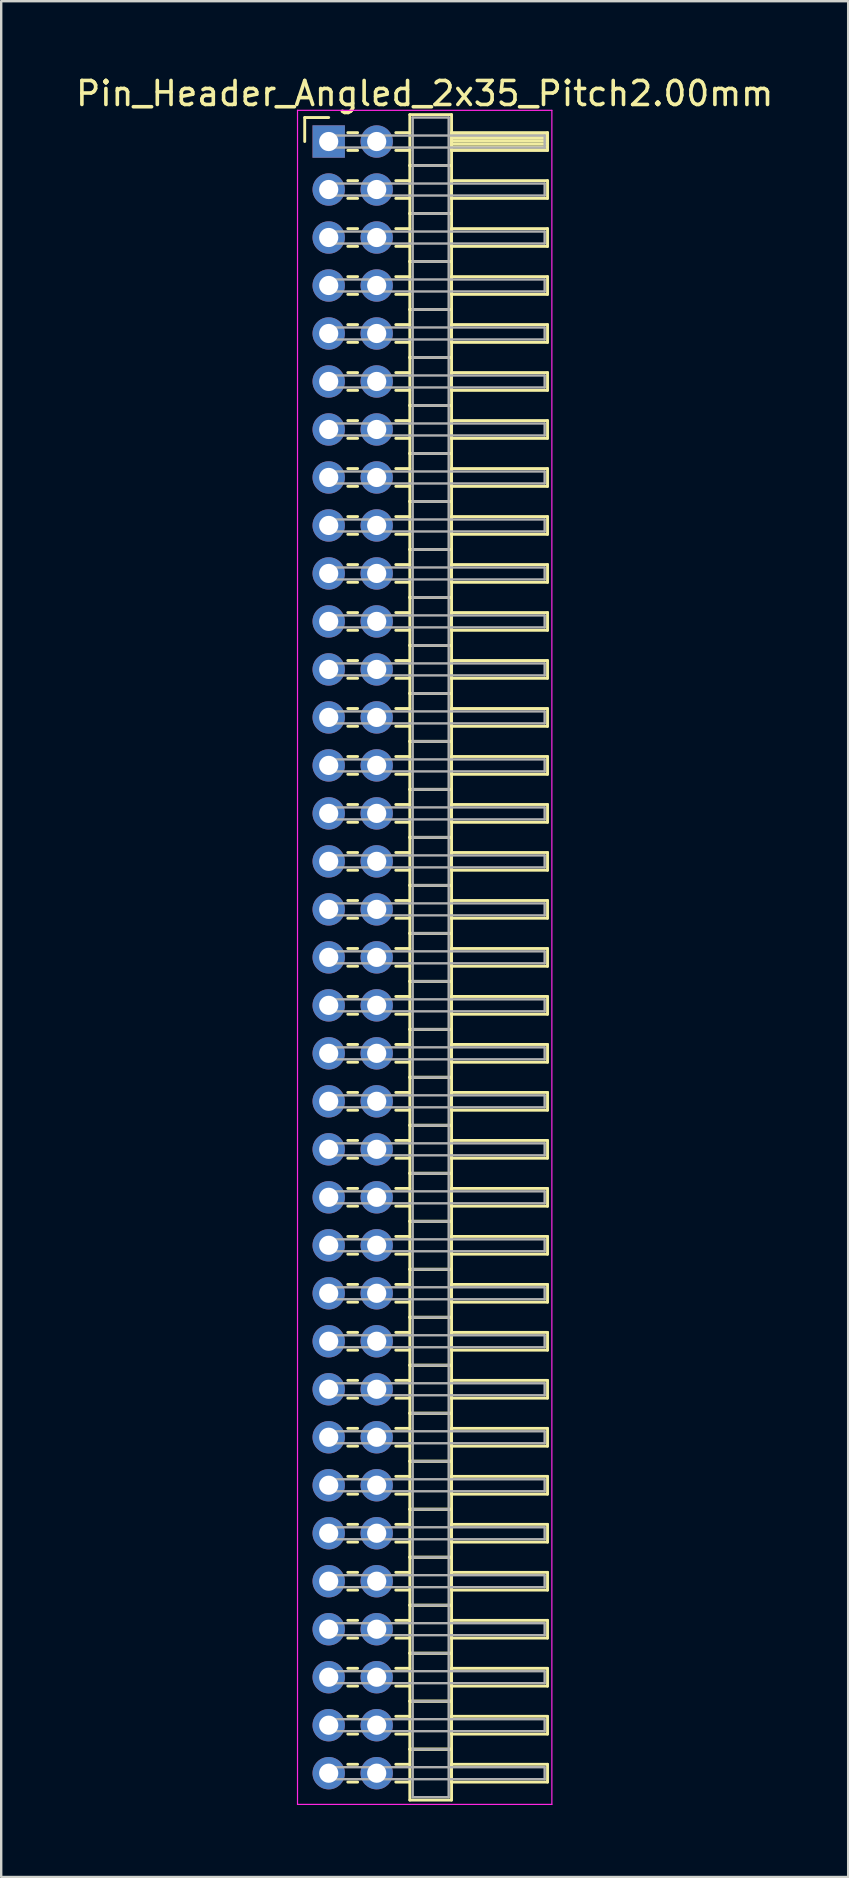
<source format=kicad_pcb>
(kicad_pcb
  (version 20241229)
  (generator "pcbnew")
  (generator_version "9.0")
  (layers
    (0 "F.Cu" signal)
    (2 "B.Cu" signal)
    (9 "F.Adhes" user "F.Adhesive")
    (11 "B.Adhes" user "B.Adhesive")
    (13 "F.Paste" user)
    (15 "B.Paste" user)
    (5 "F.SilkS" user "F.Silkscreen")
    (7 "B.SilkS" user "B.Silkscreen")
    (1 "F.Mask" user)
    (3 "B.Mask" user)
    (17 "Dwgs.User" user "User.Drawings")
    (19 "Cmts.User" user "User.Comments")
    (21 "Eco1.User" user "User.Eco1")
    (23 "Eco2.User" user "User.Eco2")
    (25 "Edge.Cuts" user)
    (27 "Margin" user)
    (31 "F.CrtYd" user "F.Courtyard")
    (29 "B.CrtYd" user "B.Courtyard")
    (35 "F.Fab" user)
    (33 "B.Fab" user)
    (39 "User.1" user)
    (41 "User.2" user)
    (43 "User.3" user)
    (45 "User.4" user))
  (footprint "Pin_Header_Angled_2x35_Pitch2.00mm"
    (layer "F.Cu")
    (at 10.649 2.848)
    (property "Reference" "Pin_Header_Angled_2x35_Pitch2.00mm" (at 4 -2 0) (layer "F.SilkS") (effects (font (size 1 1) (thickness 0.15))))
    (attr through_hole)
    (fp_line (start -1 -1) (end 0 -1) (stroke (width 0.12) (type solid)) (layer "F.SilkS"))
    (fp_line (start -1 0) (end -1 -1) (stroke (width 0.12) (type solid)) (layer "F.SilkS"))
    (fp_line (start 0.795 -0.37) (end 1.205 -0.37) (stroke (width 0.12) (type solid)) (layer "F.SilkS"))
    (fp_line (start 0.795 0.37) (end 1.205 0.37) (stroke (width 0.12) (type solid)) (layer "F.SilkS"))
    (fp_line (start 0.795 1.63) (end 1.205 1.63) (stroke (width 0.12) (type solid)) (layer "F.SilkS"))
    (fp_line (start 0.795 2.37) (end 1.205 2.37) (stroke (width 0.12) (type solid)) (layer "F.SilkS"))
    (fp_line (start 0.795 3.63) (end 1.205 3.63) (stroke (width 0.12) (type solid)) (layer "F.SilkS"))
    (fp_line (start 0.795 4.37) (end 1.205 4.37) (stroke (width 0.12) (type solid)) (layer "F.SilkS"))
    (fp_line (start 0.795 5.63) (end 1.205 5.63) (stroke (width 0.12) (type solid)) (layer "F.SilkS"))
    (fp_line (start 0.795 6.37) (end 1.205 6.37) (stroke (width 0.12) (type solid)) (layer "F.SilkS"))
    (fp_line (start 0.795 7.63) (end 1.205 7.63) (stroke (width 0.12) (type solid)) (layer "F.SilkS"))
    (fp_line (start 0.795 8.37) (end 1.205 8.37) (stroke (width 0.12) (type solid)) (layer "F.SilkS"))
    (fp_line (start 0.795 9.63) (end 1.205 9.63) (stroke (width 0.12) (type solid)) (layer "F.SilkS"))
    (fp_line (start 0.795 10.37) (end 1.205 10.37) (stroke (width 0.12) (type solid)) (layer "F.SilkS"))
    (fp_line (start 0.795 11.63) (end 1.205 11.63) (stroke (width 0.12) (type solid)) (layer "F.SilkS"))
    (fp_line (start 0.795 12.37) (end 1.205 12.37) (stroke (width 0.12) (type solid)) (layer "F.SilkS"))
    (fp_line (start 0.795 13.63) (end 1.205 13.63) (stroke (width 0.12) (type solid)) (layer "F.SilkS"))
    (fp_line (start 0.795 14.37) (end 1.205 14.37) (stroke (width 0.12) (type solid)) (layer "F.SilkS"))
    (fp_line (start 0.795 15.63) (end 1.205 15.63) (stroke (width 0.12) (type solid)) (layer "F.SilkS"))
    (fp_line (start 0.795 16.37) (end 1.205 16.37) (stroke (width 0.12) (type solid)) (layer "F.SilkS"))
    (fp_line (start 0.795 17.63) (end 1.205 17.63) (stroke (width 0.12) (type solid)) (layer "F.SilkS"))
    (fp_line (start 0.795 18.37) (end 1.205 18.37) (stroke (width 0.12) (type solid)) (layer "F.SilkS"))
    (fp_line (start 0.795 19.63) (end 1.205 19.63) (stroke (width 0.12) (type solid)) (layer "F.SilkS"))
    (fp_line (start 0.795 20.37) (end 1.205 20.37) (stroke (width 0.12) (type solid)) (layer "F.SilkS"))
    (fp_line (start 0.795 21.63) (end 1.205 21.63) (stroke (width 0.12) (type solid)) (layer "F.SilkS"))
    (fp_line (start 0.795 22.37) (end 1.205 22.37) (stroke (width 0.12) (type solid)) (layer "F.SilkS"))
    (fp_line (start 0.795 23.63) (end 1.205 23.63) (stroke (width 0.12) (type solid)) (layer "F.SilkS"))
    (fp_line (start 0.795 24.37) (end 1.205 24.37) (stroke (width 0.12) (type solid)) (layer "F.SilkS"))
    (fp_line (start 0.795 25.63) (end 1.205 25.63) (stroke (width 0.12) (type solid)) (layer "F.SilkS"))
    (fp_line (start 0.795 26.37) (end 1.205 26.37) (stroke (width 0.12) (type solid)) (layer "F.SilkS"))
    (fp_line (start 0.795 27.63) (end 1.205 27.63) (stroke (width 0.12) (type solid)) (layer "F.SilkS"))
    (fp_line (start 0.795 28.37) (end 1.205 28.37) (stroke (width 0.12) (type solid)) (layer "F.SilkS"))
    (fp_line (start 0.795 29.63) (end 1.205 29.63) (stroke (width 0.12) (type solid)) (layer "F.SilkS"))
    (fp_line (start 0.795 30.37) (end 1.205 30.37) (stroke (width 0.12) (type solid)) (layer "F.SilkS"))
    (fp_line (start 0.795 31.63) (end 1.205 31.63) (stroke (width 0.12) (type solid)) (layer "F.SilkS"))
    (fp_line (start 0.795 32.37) (end 1.205 32.37) (stroke (width 0.12) (type solid)) (layer "F.SilkS"))
    (fp_line (start 0.795 33.63) (end 1.205 33.63) (stroke (width 0.12) (type solid)) (layer "F.SilkS"))
    (fp_line (start 0.795 34.37) (end 1.205 34.37) (stroke (width 0.12) (type solid)) (layer "F.SilkS"))
    (fp_line (start 0.795 35.63) (end 1.205 35.63) (stroke (width 0.12) (type solid)) (layer "F.SilkS"))
    (fp_line (start 0.795 36.37) (end 1.205 36.37) (stroke (width 0.12) (type solid)) (layer "F.SilkS"))
    (fp_line (start 0.795 37.63) (end 1.205 37.63) (stroke (width 0.12) (type solid)) (layer "F.SilkS"))
    (fp_line (start 0.795 38.37) (end 1.205 38.37) (stroke (width 0.12) (type solid)) (layer "F.SilkS"))
    (fp_line (start 0.795 39.63) (end 1.205 39.63) (stroke (width 0.12) (type solid)) (layer "F.SilkS"))
    (fp_line (start 0.795 40.37) (end 1.205 40.37) (stroke (width 0.12) (type solid)) (layer "F.SilkS"))
    (fp_line (start 0.795 41.63) (end 1.205 41.63) (stroke (width 0.12) (type solid)) (layer "F.SilkS"))
    (fp_line (start 0.795 42.37) (end 1.205 42.37) (stroke (width 0.12) (type solid)) (layer "F.SilkS"))
    (fp_line (start 0.795 43.63) (end 1.205 43.63) (stroke (width 0.12) (type solid)) (layer "F.SilkS"))
    (fp_line (start 0.795 44.37) (end 1.205 44.37) (stroke (width 0.12) (type solid)) (layer "F.SilkS"))
    (fp_line (start 0.795 45.63) (end 1.205 45.63) (stroke (width 0.12) (type solid)) (layer "F.SilkS"))
    (fp_line (start 0.795 46.37) (end 1.205 46.37) (stroke (width 0.12) (type solid)) (layer "F.SilkS"))
    (fp_line (start 0.795 47.63) (end 1.205 47.63) (stroke (width 0.12) (type solid)) (layer "F.SilkS"))
    (fp_line (start 0.795 48.37) (end 1.205 48.37) (stroke (width 0.12) (type solid)) (layer "F.SilkS"))
    (fp_line (start 0.795 49.63) (end 1.205 49.63) (stroke (width 0.12) (type solid)) (layer "F.SilkS"))
    (fp_line (start 0.795 50.37) (end 1.205 50.37) (stroke (width 0.12) (type solid)) (layer "F.SilkS"))
    (fp_line (start 0.795 51.63) (end 1.205 51.63) (stroke (width 0.12) (type solid)) (layer "F.SilkS"))
    (fp_line (start 0.795 52.37) (end 1.205 52.37) (stroke (width 0.12) (type solid)) (layer "F.SilkS"))
    (fp_line (start 0.795 53.63) (end 1.205 53.63) (stroke (width 0.12) (type solid)) (layer "F.SilkS"))
    (fp_line (start 0.795 54.37) (end 1.205 54.37) (stroke (width 0.12) (type solid)) (layer "F.SilkS"))
    (fp_line (start 0.795 55.63) (end 1.205 55.63) (stroke (width 0.12) (type solid)) (layer "F.SilkS"))
    (fp_line (start 0.795 56.37) (end 1.205 56.37) (stroke (width 0.12) (type solid)) (layer "F.SilkS"))
    (fp_line (start 0.795 57.63) (end 1.205 57.63) (stroke (width 0.12) (type solid)) (layer "F.SilkS"))
    (fp_line (start 0.795 58.37) (end 1.205 58.37) (stroke (width 0.12) (type solid)) (layer "F.SilkS"))
    (fp_line (start 0.795 59.63) (end 1.205 59.63) (stroke (width 0.12) (type solid)) (layer "F.SilkS"))
    (fp_line (start 0.795 60.37) (end 1.205 60.37) (stroke (width 0.12) (type solid)) (layer "F.SilkS"))
    (fp_line (start 0.795 61.63) (end 1.205 61.63) (stroke (width 0.12) (type solid)) (layer "F.SilkS"))
    (fp_line (start 0.795 62.37) (end 1.205 62.37) (stroke (width 0.12) (type solid)) (layer "F.SilkS"))
    (fp_line (start 0.795 63.63) (end 1.205 63.63) (stroke (width 0.12) (type solid)) (layer "F.SilkS"))
    (fp_line (start 0.795 64.37) (end 1.205 64.37) (stroke (width 0.12) (type solid)) (layer "F.SilkS"))
    (fp_line (start 0.795 65.63) (end 1.205 65.63) (stroke (width 0.12) (type solid)) (layer "F.SilkS"))
    (fp_line (start 0.795 66.37) (end 1.205 66.37) (stroke (width 0.12) (type solid)) (layer "F.SilkS"))
    (fp_line (start 0.795 67.63) (end 1.205 67.63) (stroke (width 0.12) (type solid)) (layer "F.SilkS"))
    (fp_line (start 0.795 68.37) (end 1.205 68.37) (stroke (width 0.12) (type solid)) (layer "F.SilkS"))
    (fp_line (start 2.795 -0.37) (end 3.38 -0.37) (stroke (width 0.12) (type solid)) (layer "F.SilkS"))
    (fp_line (start 2.795 0.37) (end 3.38 0.37) (stroke (width 0.12) (type solid)) (layer "F.SilkS"))
    (fp_line (start 2.795 1.63) (end 3.38 1.63) (stroke (width 0.12) (type solid)) (layer "F.SilkS"))
    (fp_line (start 2.795 2.37) (end 3.38 2.37) (stroke (width 0.12) (type solid)) (layer "F.SilkS"))
    (fp_line (start 2.795 3.63) (end 3.38 3.63) (stroke (width 0.12) (type solid)) (layer "F.SilkS"))
    (fp_line (start 2.795 4.37) (end 3.38 4.37) (stroke (width 0.12) (type solid)) (layer "F.SilkS"))
    (fp_line (start 2.795 5.63) (end 3.38 5.63) (stroke (width 0.12) (type solid)) (layer "F.SilkS"))
    (fp_line (start 2.795 6.37) (end 3.38 6.37) (stroke (width 0.12) (type solid)) (layer "F.SilkS"))
    (fp_line (start 2.795 7.63) (end 3.38 7.63) (stroke (width 0.12) (type solid)) (layer "F.SilkS"))
    (fp_line (start 2.795 8.37) (end 3.38 8.37) (stroke (width 0.12) (type solid)) (layer "F.SilkS"))
    (fp_line (start 2.795 9.63) (end 3.38 9.63) (stroke (width 0.12) (type solid)) (layer "F.SilkS"))
    (fp_line (start 2.795 10.37) (end 3.38 10.37) (stroke (width 0.12) (type solid)) (layer "F.SilkS"))
    (fp_line (start 2.795 11.63) (end 3.38 11.63) (stroke (width 0.12) (type solid)) (layer "F.SilkS"))
    (fp_line (start 2.795 12.37) (end 3.38 12.37) (stroke (width 0.12) (type solid)) (layer "F.SilkS"))
    (fp_line (start 2.795 13.63) (end 3.38 13.63) (stroke (width 0.12) (type solid)) (layer "F.SilkS"))
    (fp_line (start 2.795 14.37) (end 3.38 14.37) (stroke (width 0.12) (type solid)) (layer "F.SilkS"))
    (fp_line (start 2.795 15.63) (end 3.38 15.63) (stroke (width 0.12) (type solid)) (layer "F.SilkS"))
    (fp_line (start 2.795 16.37) (end 3.38 16.37) (stroke (width 0.12) (type solid)) (layer "F.SilkS"))
    (fp_line (start 2.795 17.63) (end 3.38 17.63) (stroke (width 0.12) (type solid)) (layer "F.SilkS"))
    (fp_line (start 2.795 18.37) (end 3.38 18.37) (stroke (width 0.12) (type solid)) (layer "F.SilkS"))
    (fp_line (start 2.795 19.63) (end 3.38 19.63) (stroke (width 0.12) (type solid)) (layer "F.SilkS"))
    (fp_line (start 2.795 20.37) (end 3.38 20.37) (stroke (width 0.12) (type solid)) (layer "F.SilkS"))
    (fp_line (start 2.795 21.63) (end 3.38 21.63) (stroke (width 0.12) (type solid)) (layer "F.SilkS"))
    (fp_line (start 2.795 22.37) (end 3.38 22.37) (stroke (width 0.12) (type solid)) (layer "F.SilkS"))
    (fp_line (start 2.795 23.63) (end 3.38 23.63) (stroke (width 0.12) (type solid)) (layer "F.SilkS"))
    (fp_line (start 2.795 24.37) (end 3.38 24.37) (stroke (width 0.12) (type solid)) (layer "F.SilkS"))
    (fp_line (start 2.795 25.63) (end 3.38 25.63) (stroke (width 0.12) (type solid)) (layer "F.SilkS"))
    (fp_line (start 2.795 26.37) (end 3.38 26.37) (stroke (width 0.12) (type solid)) (layer "F.SilkS"))
    (fp_line (start 2.795 27.63) (end 3.38 27.63) (stroke (width 0.12) (type solid)) (layer "F.SilkS"))
    (fp_line (start 2.795 28.37) (end 3.38 28.37) (stroke (width 0.12) (type solid)) (layer "F.SilkS"))
    (fp_line (start 2.795 29.63) (end 3.38 29.63) (stroke (width 0.12) (type solid)) (layer "F.SilkS"))
    (fp_line (start 2.795 30.37) (end 3.38 30.37) (stroke (width 0.12) (type solid)) (layer "F.SilkS"))
    (fp_line (start 2.795 31.63) (end 3.38 31.63) (stroke (width 0.12) (type solid)) (layer "F.SilkS"))
    (fp_line (start 2.795 32.37) (end 3.38 32.37) (stroke (width 0.12) (type solid)) (layer "F.SilkS"))
    (fp_line (start 2.795 33.63) (end 3.38 33.63) (stroke (width 0.12) (type solid)) (layer "F.SilkS"))
    (fp_line (start 2.795 34.37) (end 3.38 34.37) (stroke (width 0.12) (type solid)) (layer "F.SilkS"))
    (fp_line (start 2.795 35.63) (end 3.38 35.63) (stroke (width 0.12) (type solid)) (layer "F.SilkS"))
    (fp_line (start 2.795 36.37) (end 3.38 36.37) (stroke (width 0.12) (type solid)) (layer "F.SilkS"))
    (fp_line (start 2.795 37.63) (end 3.38 37.63) (stroke (width 0.12) (type solid)) (layer "F.SilkS"))
    (fp_line (start 2.795 38.37) (end 3.38 38.37) (stroke (width 0.12) (type solid)) (layer "F.SilkS"))
    (fp_line (start 2.795 39.63) (end 3.38 39.63) (stroke (width 0.12) (type solid)) (layer "F.SilkS"))
    (fp_line (start 2.795 40.37) (end 3.38 40.37) (stroke (width 0.12) (type solid)) (layer "F.SilkS"))
    (fp_line (start 2.795 41.63) (end 3.38 41.63) (stroke (width 0.12) (type solid)) (layer "F.SilkS"))
    (fp_line (start 2.795 42.37) (end 3.38 42.37) (stroke (width 0.12) (type solid)) (layer "F.SilkS"))
    (fp_line (start 2.795 43.63) (end 3.38 43.63) (stroke (width 0.12) (type solid)) (layer "F.SilkS"))
    (fp_line (start 2.795 44.37) (end 3.38 44.37) (stroke (width 0.12) (type solid)) (layer "F.SilkS"))
    (fp_line (start 2.795 45.63) (end 3.38 45.63) (stroke (width 0.12) (type solid)) (layer "F.SilkS"))
    (fp_line (start 2.795 46.37) (end 3.38 46.37) (stroke (width 0.12) (type solid)) (layer "F.SilkS"))
    (fp_line (start 2.795 47.63) (end 3.38 47.63) (stroke (width 0.12) (type solid)) (layer "F.SilkS"))
    (fp_line (start 2.795 48.37) (end 3.38 48.37) (stroke (width 0.12) (type solid)) (layer "F.SilkS"))
    (fp_line (start 2.795 49.63) (end 3.38 49.63) (stroke (width 0.12) (type solid)) (layer "F.SilkS"))
    (fp_line (start 2.795 50.37) (end 3.38 50.37) (stroke (width 0.12) (type solid)) (layer "F.SilkS"))
    (fp_line (start 2.795 51.63) (end 3.38 51.63) (stroke (width 0.12) (type solid)) (layer "F.SilkS"))
    (fp_line (start 2.795 52.37) (end 3.38 52.37) (stroke (width 0.12) (type solid)) (layer "F.SilkS"))
    (fp_line (start 2.795 53.63) (end 3.38 53.63) (stroke (width 0.12) (type solid)) (layer "F.SilkS"))
    (fp_line (start 2.795 54.37) (end 3.38 54.37) (stroke (width 0.12) (type solid)) (layer "F.SilkS"))
    (fp_line (start 2.795 55.63) (end 3.38 55.63) (stroke (width 0.12) (type solid)) (layer "F.SilkS"))
    (fp_line (start 2.795 56.37) (end 3.38 56.37) (stroke (width 0.12) (type solid)) (layer "F.SilkS"))
    (fp_line (start 2.795 57.63) (end 3.38 57.63) (stroke (width 0.12) (type solid)) (layer "F.SilkS"))
    (fp_line (start 2.795 58.37) (end 3.38 58.37) (stroke (width 0.12) (type solid)) (layer "F.SilkS"))
    (fp_line (start 2.795 59.63) (end 3.38 59.63) (stroke (width 0.12) (type solid)) (layer "F.SilkS"))
    (fp_line (start 2.795 60.37) (end 3.38 60.37) (stroke (width 0.12) (type solid)) (layer "F.SilkS"))
    (fp_line (start 2.795 61.63) (end 3.38 61.63) (stroke (width 0.12) (type solid)) (layer "F.SilkS"))
    (fp_line (start 2.795 62.37) (end 3.38 62.37) (stroke (width 0.12) (type solid)) (layer "F.SilkS"))
    (fp_line (start 2.795 63.63) (end 3.38 63.63) (stroke (width 0.12) (type solid)) (layer "F.SilkS"))
    (fp_line (start 2.795 64.37) (end 3.38 64.37) (stroke (width 0.12) (type solid)) (layer "F.SilkS"))
    (fp_line (start 2.795 65.63) (end 3.38 65.63) (stroke (width 0.12) (type solid)) (layer "F.SilkS"))
    (fp_line (start 2.795 66.37) (end 3.38 66.37) (stroke (width 0.12) (type solid)) (layer "F.SilkS"))
    (fp_line (start 2.795 67.63) (end 3.38 67.63) (stroke (width 0.12) (type solid)) (layer "F.SilkS"))
    (fp_line (start 2.795 68.37) (end 3.38 68.37) (stroke (width 0.12) (type solid)) (layer "F.SilkS"))
    (fp_line (start 3.38 -1.12) (end 3.38 1) (stroke (width 0.12) (type solid)) (layer "F.SilkS"))
    (fp_line (start 3.38 1) (end 3.38 3) (stroke (width 0.12) (type solid)) (layer "F.SilkS"))
    (fp_line (start 3.38 1) (end 5.12 1) (stroke (width 0.12) (type solid)) (layer "F.SilkS"))
    (fp_line (start 3.38 3) (end 3.38 5) (stroke (width 0.12) (type solid)) (layer "F.SilkS"))
    (fp_line (start 3.38 3) (end 5.12 3) (stroke (width 0.12) (type solid)) (layer "F.SilkS"))
    (fp_line (start 3.38 5) (end 3.38 7) (stroke (width 0.12) (type solid)) (layer "F.SilkS"))
    (fp_line (start 3.38 5) (end 5.12 5) (stroke (width 0.12) (type solid)) (layer "F.SilkS"))
    (fp_line (start 3.38 7) (end 3.38 9) (stroke (width 0.12) (type solid)) (layer "F.SilkS"))
    (fp_line (start 3.38 7) (end 5.12 7) (stroke (width 0.12) (type solid)) (layer "F.SilkS"))
    (fp_line (start 3.38 9) (end 3.38 11) (stroke (width 0.12) (type solid)) (layer "F.SilkS"))
    (fp_line (start 3.38 9) (end 5.12 9) (stroke (width 0.12) (type solid)) (layer "F.SilkS"))
    (fp_line (start 3.38 11) (end 3.38 13) (stroke (width 0.12) (type solid)) (layer "F.SilkS"))
    (fp_line (start 3.38 11) (end 5.12 11) (stroke (width 0.12) (type solid)) (layer "F.SilkS"))
    (fp_line (start 3.38 13) (end 3.38 15) (stroke (width 0.12) (type solid)) (layer "F.SilkS"))
    (fp_line (start 3.38 13) (end 5.12 13) (stroke (width 0.12) (type solid)) (layer "F.SilkS"))
    (fp_line (start 3.38 15) (end 3.38 17) (stroke (width 0.12) (type solid)) (layer "F.SilkS"))
    (fp_line (start 3.38 15) (end 5.12 15) (stroke (width 0.12) (type solid)) (layer "F.SilkS"))
    (fp_line (start 3.38 17) (end 3.38 19) (stroke (width 0.12) (type solid)) (layer "F.SilkS"))
    (fp_line (start 3.38 17) (end 5.12 17) (stroke (width 0.12) (type solid)) (layer "F.SilkS"))
    (fp_line (start 3.38 19) (end 3.38 21) (stroke (width 0.12) (type solid)) (layer "F.SilkS"))
    (fp_line (start 3.38 19) (end 5.12 19) (stroke (width 0.12) (type solid)) (layer "F.SilkS"))
    (fp_line (start 3.38 21) (end 3.38 23) (stroke (width 0.12) (type solid)) (layer "F.SilkS"))
    (fp_line (start 3.38 21) (end 5.12 21) (stroke (width 0.12) (type solid)) (layer "F.SilkS"))
    (fp_line (start 3.38 23) (end 3.38 25) (stroke (width 0.12) (type solid)) (layer "F.SilkS"))
    (fp_line (start 3.38 23) (end 5.12 23) (stroke (width 0.12) (type solid)) (layer "F.SilkS"))
    (fp_line (start 3.38 25) (end 3.38 27) (stroke (width 0.12) (type solid)) (layer "F.SilkS"))
    (fp_line (start 3.38 25) (end 5.12 25) (stroke (width 0.12) (type solid)) (layer "F.SilkS"))
    (fp_line (start 3.38 27) (end 3.38 29) (stroke (width 0.12) (type solid)) (layer "F.SilkS"))
    (fp_line (start 3.38 27) (end 5.12 27) (stroke (width 0.12) (type solid)) (layer "F.SilkS"))
    (fp_line (start 3.38 29) (end 3.38 31) (stroke (width 0.12) (type solid)) (layer "F.SilkS"))
    (fp_line (start 3.38 29) (end 5.12 29) (stroke (width 0.12) (type solid)) (layer "F.SilkS"))
    (fp_line (start 3.38 31) (end 3.38 33) (stroke (width 0.12) (type solid)) (layer "F.SilkS"))
    (fp_line (start 3.38 31) (end 5.12 31) (stroke (width 0.12) (type solid)) (layer "F.SilkS"))
    (fp_line (start 3.38 33) (end 3.38 35) (stroke (width 0.12) (type solid)) (layer "F.SilkS"))
    (fp_line (start 3.38 33) (end 5.12 33) (stroke (width 0.12) (type solid)) (layer "F.SilkS"))
    (fp_line (start 3.38 35) (end 3.38 37) (stroke (width 0.12) (type solid)) (layer "F.SilkS"))
    (fp_line (start 3.38 35) (end 5.12 35) (stroke (width 0.12) (type solid)) (layer "F.SilkS"))
    (fp_line (start 3.38 37) (end 3.38 39) (stroke (width 0.12) (type solid)) (layer "F.SilkS"))
    (fp_line (start 3.38 37) (end 5.12 37) (stroke (width 0.12) (type solid)) (layer "F.SilkS"))
    (fp_line (start 3.38 39) (end 3.38 41) (stroke (width 0.12) (type solid)) (layer "F.SilkS"))
    (fp_line (start 3.38 39) (end 5.12 39) (stroke (width 0.12) (type solid)) (layer "F.SilkS"))
    (fp_line (start 3.38 41) (end 3.38 43) (stroke (width 0.12) (type solid)) (layer "F.SilkS"))
    (fp_line (start 3.38 41) (end 5.12 41) (stroke (width 0.12) (type solid)) (layer "F.SilkS"))
    (fp_line (start 3.38 43) (end 3.38 45) (stroke (width 0.12) (type solid)) (layer "F.SilkS"))
    (fp_line (start 3.38 43) (end 5.12 43) (stroke (width 0.12) (type solid)) (layer "F.SilkS"))
    (fp_line (start 3.38 45) (end 3.38 47) (stroke (width 0.12) (type solid)) (layer "F.SilkS"))
    (fp_line (start 3.38 45) (end 5.12 45) (stroke (width 0.12) (type solid)) (layer "F.SilkS"))
    (fp_line (start 3.38 47) (end 3.38 49) (stroke (width 0.12) (type solid)) (layer "F.SilkS"))
    (fp_line (start 3.38 47) (end 5.12 47) (stroke (width 0.12) (type solid)) (layer "F.SilkS"))
    (fp_line (start 3.38 49) (end 3.38 51) (stroke (width 0.12) (type solid)) (layer "F.SilkS"))
    (fp_line (start 3.38 49) (end 5.12 49) (stroke (width 0.12) (type solid)) (layer "F.SilkS"))
    (fp_line (start 3.38 51) (end 3.38 53) (stroke (width 0.12) (type solid)) (layer "F.SilkS"))
    (fp_line (start 3.38 51) (end 5.12 51) (stroke (width 0.12) (type solid)) (layer "F.SilkS"))
    (fp_line (start 3.38 53) (end 3.38 55) (stroke (width 0.12) (type solid)) (layer "F.SilkS"))
    (fp_line (start 3.38 53) (end 5.12 53) (stroke (width 0.12) (type solid)) (layer "F.SilkS"))
    (fp_line (start 3.38 55) (end 3.38 57) (stroke (width 0.12) (type solid)) (layer "F.SilkS"))
    (fp_line (start 3.38 55) (end 5.12 55) (stroke (width 0.12) (type solid)) (layer "F.SilkS"))
    (fp_line (start 3.38 57) (end 3.38 59) (stroke (width 0.12) (type solid)) (layer "F.SilkS"))
    (fp_line (start 3.38 57) (end 5.12 57) (stroke (width 0.12) (type solid)) (layer "F.SilkS"))
    (fp_line (start 3.38 59) (end 3.38 61) (stroke (width 0.12) (type solid)) (layer "F.SilkS"))
    (fp_line (start 3.38 59) (end 5.12 59) (stroke (width 0.12) (type solid)) (layer "F.SilkS"))
    (fp_line (start 3.38 61) (end 3.38 63) (stroke (width 0.12) (type solid)) (layer "F.SilkS"))
    (fp_line (start 3.38 61) (end 5.12 61) (stroke (width 0.12) (type solid)) (layer "F.SilkS"))
    (fp_line (start 3.38 63) (end 3.38 65) (stroke (width 0.12) (type solid)) (layer "F.SilkS"))
    (fp_line (start 3.38 63) (end 5.12 63) (stroke (width 0.12) (type solid)) (layer "F.SilkS"))
    (fp_line (start 3.38 65) (end 3.38 67) (stroke (width 0.12) (type solid)) (layer "F.SilkS"))
    (fp_line (start 3.38 65) (end 5.12 65) (stroke (width 0.12) (type solid)) (layer "F.SilkS"))
    (fp_line (start 3.38 67) (end 3.38 69.12) (stroke (width 0.12) (type solid)) (layer "F.SilkS"))
    (fp_line (start 3.38 67) (end 5.12 67) (stroke (width 0.12) (type solid)) (layer "F.SilkS"))
    (fp_line (start 3.38 69.12) (end 5.12 69.12) (stroke (width 0.12) (type solid)) (layer "F.SilkS"))
    (fp_line (start 5.12 -1.12) (end 3.38 -1.12) (stroke (width 0.12) (type solid)) (layer "F.SilkS"))
    (fp_line (start 5.12 -0.37) (end 5.12 0.37) (stroke (width 0.12) (type solid)) (layer "F.SilkS"))
    (fp_line (start 5.12 -0.25) (end 9.12 -0.25) (stroke (width 0.12) (type solid)) (layer "F.SilkS"))
    (fp_line (start 5.12 -0.13) (end 9.12 -0.13) (stroke (width 0.12) (type solid)) (layer "F.SilkS"))
    (fp_line (start 5.12 -0.01) (end 9.12 -0.01) (stroke (width 0.12) (type solid)) (layer "F.SilkS"))
    (fp_line (start 5.12 0.11) (end 9.12 0.11) (stroke (width 0.12) (type solid)) (layer "F.SilkS"))
    (fp_line (start 5.12 0.23) (end 9.12 0.23) (stroke (width 0.12) (type solid)) (layer "F.SilkS"))
    (fp_line (start 5.12 0.35) (end 9.12 0.35) (stroke (width 0.12) (type solid)) (layer "F.SilkS"))
    (fp_line (start 5.12 0.37) (end 9.12 0.37) (stroke (width 0.12) (type solid)) (layer "F.SilkS"))
    (fp_line (start 5.12 1) (end 3.38 1) (stroke (width 0.12) (type solid)) (layer "F.SilkS"))
    (fp_line (start 5.12 1) (end 5.12 -1.12) (stroke (width 0.12) (type solid)) (layer "F.SilkS"))
    (fp_line (start 5.12 1.63) (end 5.12 2.37) (stroke (width 0.12) (type solid)) (layer "F.SilkS"))
    (fp_line (start 5.12 2.37) (end 9.12 2.37) (stroke (width 0.12) (type solid)) (layer "F.SilkS"))
    (fp_line (start 5.12 3) (end 3.38 3) (stroke (width 0.12) (type solid)) (layer "F.SilkS"))
    (fp_line (start 5.12 3) (end 5.12 1) (stroke (width 0.12) (type solid)) (layer "F.SilkS"))
    (fp_line (start 5.12 3.63) (end 5.12 4.37) (stroke (width 0.12) (type solid)) (layer "F.SilkS"))
    (fp_line (start 5.12 4.37) (end 9.12 4.37) (stroke (width 0.12) (type solid)) (layer "F.SilkS"))
    (fp_line (start 5.12 5) (end 3.38 5) (stroke (width 0.12) (type solid)) (layer "F.SilkS"))
    (fp_line (start 5.12 5) (end 5.12 3) (stroke (width 0.12) (type solid)) (layer "F.SilkS"))
    (fp_line (start 5.12 5.63) (end 5.12 6.37) (stroke (width 0.12) (type solid)) (layer "F.SilkS"))
    (fp_line (start 5.12 6.37) (end 9.12 6.37) (stroke (width 0.12) (type solid)) (layer "F.SilkS"))
    (fp_line (start 5.12 7) (end 3.38 7) (stroke (width 0.12) (type solid)) (layer "F.SilkS"))
    (fp_line (start 5.12 7) (end 5.12 5) (stroke (width 0.12) (type solid)) (layer "F.SilkS"))
    (fp_line (start 5.12 7.63) (end 5.12 8.37) (stroke (width 0.12) (type solid)) (layer "F.SilkS"))
    (fp_line (start 5.12 8.37) (end 9.12 8.37) (stroke (width 0.12) (type solid)) (layer "F.SilkS"))
    (fp_line (start 5.12 9) (end 3.38 9) (stroke (width 0.12) (type solid)) (layer "F.SilkS"))
    (fp_line (start 5.12 9) (end 5.12 7) (stroke (width 0.12) (type solid)) (layer "F.SilkS"))
    (fp_line (start 5.12 9.63) (end 5.12 10.37) (stroke (width 0.12) (type solid)) (layer "F.SilkS"))
    (fp_line (start 5.12 10.37) (end 9.12 10.37) (stroke (width 0.12) (type solid)) (layer "F.SilkS"))
    (fp_line (start 5.12 11) (end 3.38 11) (stroke (width 0.12) (type solid)) (layer "F.SilkS"))
    (fp_line (start 5.12 11) (end 5.12 9) (stroke (width 0.12) (type solid)) (layer "F.SilkS"))
    (fp_line (start 5.12 11.63) (end 5.12 12.37) (stroke (width 0.12) (type solid)) (layer "F.SilkS"))
    (fp_line (start 5.12 12.37) (end 9.12 12.37) (stroke (width 0.12) (type solid)) (layer "F.SilkS"))
    (fp_line (start 5.12 13) (end 3.38 13) (stroke (width 0.12) (type solid)) (layer "F.SilkS"))
    (fp_line (start 5.12 13) (end 5.12 11) (stroke (width 0.12) (type solid)) (layer "F.SilkS"))
    (fp_line (start 5.12 13.63) (end 5.12 14.37) (stroke (width 0.12) (type solid)) (layer "F.SilkS"))
    (fp_line (start 5.12 14.37) (end 9.12 14.37) (stroke (width 0.12) (type solid)) (layer "F.SilkS"))
    (fp_line (start 5.12 15) (end 3.38 15) (stroke (width 0.12) (type solid)) (layer "F.SilkS"))
    (fp_line (start 5.12 15) (end 5.12 13) (stroke (width 0.12) (type solid)) (layer "F.SilkS"))
    (fp_line (start 5.12 15.63) (end 5.12 16.37) (stroke (width 0.12) (type solid)) (layer "F.SilkS"))
    (fp_line (start 5.12 16.37) (end 9.12 16.37) (stroke (width 0.12) (type solid)) (layer "F.SilkS"))
    (fp_line (start 5.12 17) (end 3.38 17) (stroke (width 0.12) (type solid)) (layer "F.SilkS"))
    (fp_line (start 5.12 17) (end 5.12 15) (stroke (width 0.12) (type solid)) (layer "F.SilkS"))
    (fp_line (start 5.12 17.63) (end 5.12 18.37) (stroke (width 0.12) (type solid)) (layer "F.SilkS"))
    (fp_line (start 5.12 18.37) (end 9.12 18.37) (stroke (width 0.12) (type solid)) (layer "F.SilkS"))
    (fp_line (start 5.12 19) (end 3.38 19) (stroke (width 0.12) (type solid)) (layer "F.SilkS"))
    (fp_line (start 5.12 19) (end 5.12 17) (stroke (width 0.12) (type solid)) (layer "F.SilkS"))
    (fp_line (start 5.12 19.63) (end 5.12 20.37) (stroke (width 0.12) (type solid)) (layer "F.SilkS"))
    (fp_line (start 5.12 20.37) (end 9.12 20.37) (stroke (width 0.12) (type solid)) (layer "F.SilkS"))
    (fp_line (start 5.12 21) (end 3.38 21) (stroke (width 0.12) (type solid)) (layer "F.SilkS"))
    (fp_line (start 5.12 21) (end 5.12 19) (stroke (width 0.12) (type solid)) (layer "F.SilkS"))
    (fp_line (start 5.12 21.63) (end 5.12 22.37) (stroke (width 0.12) (type solid)) (layer "F.SilkS"))
    (fp_line (start 5.12 22.37) (end 9.12 22.37) (stroke (width 0.12) (type solid)) (layer "F.SilkS"))
    (fp_line (start 5.12 23) (end 3.38 23) (stroke (width 0.12) (type solid)) (layer "F.SilkS"))
    (fp_line (start 5.12 23) (end 5.12 21) (stroke (width 0.12) (type solid)) (layer "F.SilkS"))
    (fp_line (start 5.12 23.63) (end 5.12 24.37) (stroke (width 0.12) (type solid)) (layer "F.SilkS"))
    (fp_line (start 5.12 24.37) (end 9.12 24.37) (stroke (width 0.12) (type solid)) (layer "F.SilkS"))
    (fp_line (start 5.12 25) (end 3.38 25) (stroke (width 0.12) (type solid)) (layer "F.SilkS"))
    (fp_line (start 5.12 25) (end 5.12 23) (stroke (width 0.12) (type solid)) (layer "F.SilkS"))
    (fp_line (start 5.12 25.63) (end 5.12 26.37) (stroke (width 0.12) (type solid)) (layer "F.SilkS"))
    (fp_line (start 5.12 26.37) (end 9.12 26.37) (stroke (width 0.12) (type solid)) (layer "F.SilkS"))
    (fp_line (start 5.12 27) (end 3.38 27) (stroke (width 0.12) (type solid)) (layer "F.SilkS"))
    (fp_line (start 5.12 27) (end 5.12 25) (stroke (width 0.12) (type solid)) (layer "F.SilkS"))
    (fp_line (start 5.12 27.63) (end 5.12 28.37) (stroke (width 0.12) (type solid)) (layer "F.SilkS"))
    (fp_line (start 5.12 28.37) (end 9.12 28.37) (stroke (width 0.12) (type solid)) (layer "F.SilkS"))
    (fp_line (start 5.12 29) (end 3.38 29) (stroke (width 0.12) (type solid)) (layer "F.SilkS"))
    (fp_line (start 5.12 29) (end 5.12 27) (stroke (width 0.12) (type solid)) (layer "F.SilkS"))
    (fp_line (start 5.12 29.63) (end 5.12 30.37) (stroke (width 0.12) (type solid)) (layer "F.SilkS"))
    (fp_line (start 5.12 30.37) (end 9.12 30.37) (stroke (width 0.12) (type solid)) (layer "F.SilkS"))
    (fp_line (start 5.12 31) (end 3.38 31) (stroke (width 0.12) (type solid)) (layer "F.SilkS"))
    (fp_line (start 5.12 31) (end 5.12 29) (stroke (width 0.12) (type solid)) (layer "F.SilkS"))
    (fp_line (start 5.12 31.63) (end 5.12 32.37) (stroke (width 0.12) (type solid)) (layer "F.SilkS"))
    (fp_line (start 5.12 32.37) (end 9.12 32.37) (stroke (width 0.12) (type solid)) (layer "F.SilkS"))
    (fp_line (start 5.12 33) (end 3.38 33) (stroke (width 0.12) (type solid)) (layer "F.SilkS"))
    (fp_line (start 5.12 33) (end 5.12 31) (stroke (width 0.12) (type solid)) (layer "F.SilkS"))
    (fp_line (start 5.12 33.63) (end 5.12 34.37) (stroke (width 0.12) (type solid)) (layer "F.SilkS"))
    (fp_line (start 5.12 34.37) (end 9.12 34.37) (stroke (width 0.12) (type solid)) (layer "F.SilkS"))
    (fp_line (start 5.12 35) (end 3.38 35) (stroke (width 0.12) (type solid)) (layer "F.SilkS"))
    (fp_line (start 5.12 35) (end 5.12 33) (stroke (width 0.12) (type solid)) (layer "F.SilkS"))
    (fp_line (start 5.12 35.63) (end 5.12 36.37) (stroke (width 0.12) (type solid)) (layer "F.SilkS"))
    (fp_line (start 5.12 36.37) (end 9.12 36.37) (stroke (width 0.12) (type solid)) (layer "F.SilkS"))
    (fp_line (start 5.12 37) (end 3.38 37) (stroke (width 0.12) (type solid)) (layer "F.SilkS"))
    (fp_line (start 5.12 37) (end 5.12 35) (stroke (width 0.12) (type solid)) (layer "F.SilkS"))
    (fp_line (start 5.12 37.63) (end 5.12 38.37) (stroke (width 0.12) (type solid)) (layer "F.SilkS"))
    (fp_line (start 5.12 38.37) (end 9.12 38.37) (stroke (width 0.12) (type solid)) (layer "F.SilkS"))
    (fp_line (start 5.12 39) (end 3.38 39) (stroke (width 0.12) (type solid)) (layer "F.SilkS"))
    (fp_line (start 5.12 39) (end 5.12 37) (stroke (width 0.12) (type solid)) (layer "F.SilkS"))
    (fp_line (start 5.12 39.63) (end 5.12 40.37) (stroke (width 0.12) (type solid)) (layer "F.SilkS"))
    (fp_line (start 5.12 40.37) (end 9.12 40.37) (stroke (width 0.12) (type solid)) (layer "F.SilkS"))
    (fp_line (start 5.12 41) (end 3.38 41) (stroke (width 0.12) (type solid)) (layer "F.SilkS"))
    (fp_line (start 5.12 41) (end 5.12 39) (stroke (width 0.12) (type solid)) (layer "F.SilkS"))
    (fp_line (start 5.12 41.63) (end 5.12 42.37) (stroke (width 0.12) (type solid)) (layer "F.SilkS"))
    (fp_line (start 5.12 42.37) (end 9.12 42.37) (stroke (width 0.12) (type solid)) (layer "F.SilkS"))
    (fp_line (start 5.12 43) (end 3.38 43) (stroke (width 0.12) (type solid)) (layer "F.SilkS"))
    (fp_line (start 5.12 43) (end 5.12 41) (stroke (width 0.12) (type solid)) (layer "F.SilkS"))
    (fp_line (start 5.12 43.63) (end 5.12 44.37) (stroke (width 0.12) (type solid)) (layer "F.SilkS"))
    (fp_line (start 5.12 44.37) (end 9.12 44.37) (stroke (width 0.12) (type solid)) (layer "F.SilkS"))
    (fp_line (start 5.12 45) (end 3.38 45) (stroke (width 0.12) (type solid)) (layer "F.SilkS"))
    (fp_line (start 5.12 45) (end 5.12 43) (stroke (width 0.12) (type solid)) (layer "F.SilkS"))
    (fp_line (start 5.12 45.63) (end 5.12 46.37) (stroke (width 0.12) (type solid)) (layer "F.SilkS"))
    (fp_line (start 5.12 46.37) (end 9.12 46.37) (stroke (width 0.12) (type solid)) (layer "F.SilkS"))
    (fp_line (start 5.12 47) (end 3.38 47) (stroke (width 0.12) (type solid)) (layer "F.SilkS"))
    (fp_line (start 5.12 47) (end 5.12 45) (stroke (width 0.12) (type solid)) (layer "F.SilkS"))
    (fp_line (start 5.12 47.63) (end 5.12 48.37) (stroke (width 0.12) (type solid)) (layer "F.SilkS"))
    (fp_line (start 5.12 48.37) (end 9.12 48.37) (stroke (width 0.12) (type solid)) (layer "F.SilkS"))
    (fp_line (start 5.12 49) (end 3.38 49) (stroke (width 0.12) (type solid)) (layer "F.SilkS"))
    (fp_line (start 5.12 49) (end 5.12 47) (stroke (width 0.12) (type solid)) (layer "F.SilkS"))
    (fp_line (start 5.12 49.63) (end 5.12 50.37) (stroke (width 0.12) (type solid)) (layer "F.SilkS"))
    (fp_line (start 5.12 50.37) (end 9.12 50.37) (stroke (width 0.12) (type solid)) (layer "F.SilkS"))
    (fp_line (start 5.12 51) (end 3.38 51) (stroke (width 0.12) (type solid)) (layer "F.SilkS"))
    (fp_line (start 5.12 51) (end 5.12 49) (stroke (width 0.12) (type solid)) (layer "F.SilkS"))
    (fp_line (start 5.12 51.63) (end 5.12 52.37) (stroke (width 0.12) (type solid)) (layer "F.SilkS"))
    (fp_line (start 5.12 52.37) (end 9.12 52.37) (stroke (width 0.12) (type solid)) (layer "F.SilkS"))
    (fp_line (start 5.12 53) (end 3.38 53) (stroke (width 0.12) (type solid)) (layer "F.SilkS"))
    (fp_line (start 5.12 53) (end 5.12 51) (stroke (width 0.12) (type solid)) (layer "F.SilkS"))
    (fp_line (start 5.12 53.63) (end 5.12 54.37) (stroke (width 0.12) (type solid)) (layer "F.SilkS"))
    (fp_line (start 5.12 54.37) (end 9.12 54.37) (stroke (width 0.12) (type solid)) (layer "F.SilkS"))
    (fp_line (start 5.12 55) (end 3.38 55) (stroke (width 0.12) (type solid)) (layer "F.SilkS"))
    (fp_line (start 5.12 55) (end 5.12 53) (stroke (width 0.12) (type solid)) (layer "F.SilkS"))
    (fp_line (start 5.12 55.63) (end 5.12 56.37) (stroke (width 0.12) (type solid)) (layer "F.SilkS"))
    (fp_line (start 5.12 56.37) (end 9.12 56.37) (stroke (width 0.12) (type solid)) (layer "F.SilkS"))
    (fp_line (start 5.12 57) (end 3.38 57) (stroke (width 0.12) (type solid)) (layer "F.SilkS"))
    (fp_line (start 5.12 57) (end 5.12 55) (stroke (width 0.12) (type solid)) (layer "F.SilkS"))
    (fp_line (start 5.12 57.63) (end 5.12 58.37) (stroke (width 0.12) (type solid)) (layer "F.SilkS"))
    (fp_line (start 5.12 58.37) (end 9.12 58.37) (stroke (width 0.12) (type solid)) (layer "F.SilkS"))
    (fp_line (start 5.12 59) (end 3.38 59) (stroke (width 0.12) (type solid)) (layer "F.SilkS"))
    (fp_line (start 5.12 59) (end 5.12 57) (stroke (width 0.12) (type solid)) (layer "F.SilkS"))
    (fp_line (start 5.12 59.63) (end 5.12 60.37) (stroke (width 0.12) (type solid)) (layer "F.SilkS"))
    (fp_line (start 5.12 60.37) (end 9.12 60.37) (stroke (width 0.12) (type solid)) (layer "F.SilkS"))
    (fp_line (start 5.12 61) (end 3.38 61) (stroke (width 0.12) (type solid)) (layer "F.SilkS"))
    (fp_line (start 5.12 61) (end 5.12 59) (stroke (width 0.12) (type solid)) (layer "F.SilkS"))
    (fp_line (start 5.12 61.63) (end 5.12 62.37) (stroke (width 0.12) (type solid)) (layer "F.SilkS"))
    (fp_line (start 5.12 62.37) (end 9.12 62.37) (stroke (width 0.12) (type solid)) (layer "F.SilkS"))
    (fp_line (start 5.12 63) (end 3.38 63) (stroke (width 0.12) (type solid)) (layer "F.SilkS"))
    (fp_line (start 5.12 63) (end 5.12 61) (stroke (width 0.12) (type solid)) (layer "F.SilkS"))
    (fp_line (start 5.12 63.63) (end 5.12 64.37) (stroke (width 0.12) (type solid)) (layer "F.SilkS"))
    (fp_line (start 5.12 64.37) (end 9.12 64.37) (stroke (width 0.12) (type solid)) (layer "F.SilkS"))
    (fp_line (start 5.12 65) (end 3.38 65) (stroke (width 0.12) (type solid)) (layer "F.SilkS"))
    (fp_line (start 5.12 65) (end 5.12 63) (stroke (width 0.12) (type solid)) (layer "F.SilkS"))
    (fp_line (start 5.12 65.63) (end 5.12 66.37) (stroke (width 0.12) (type solid)) (layer "F.SilkS"))
    (fp_line (start 5.12 66.37) (end 9.12 66.37) (stroke (width 0.12) (type solid)) (layer "F.SilkS"))
    (fp_line (start 5.12 67) (end 3.38 67) (stroke (width 0.12) (type solid)) (layer "F.SilkS"))
    (fp_line (start 5.12 67) (end 5.12 65) (stroke (width 0.12) (type solid)) (layer "F.SilkS"))
    (fp_line (start 5.12 67.63) (end 5.12 68.37) (stroke (width 0.12) (type solid)) (layer "F.SilkS"))
    (fp_line (start 5.12 68.37) (end 9.12 68.37) (stroke (width 0.12) (type solid)) (layer "F.SilkS"))
    (fp_line (start 5.12 69.12) (end 5.12 67) (stroke (width 0.12) (type solid)) (layer "F.SilkS"))
    (fp_line (start 9.12 -0.37) (end 5.12 -0.37) (stroke (width 0.12) (type solid)) (layer "F.SilkS"))
    (fp_line (start 9.12 0.37) (end 9.12 -0.37) (stroke (width 0.12) (type solid)) (layer "F.SilkS"))
    (fp_line (start 9.12 1.63) (end 5.12 1.63) (stroke (width 0.12) (type solid)) (layer "F.SilkS"))
    (fp_line (start 9.12 2.37) (end 9.12 1.63) (stroke (width 0.12) (type solid)) (layer "F.SilkS"))
    (fp_line (start 9.12 3.63) (end 5.12 3.63) (stroke (width 0.12) (type solid)) (layer "F.SilkS"))
    (fp_line (start 9.12 4.37) (end 9.12 3.63) (stroke (width 0.12) (type solid)) (layer "F.SilkS"))
    (fp_line (start 9.12 5.63) (end 5.12 5.63) (stroke (width 0.12) (type solid)) (layer "F.SilkS"))
    (fp_line (start 9.12 6.37) (end 9.12 5.63) (stroke (width 0.12) (type solid)) (layer "F.SilkS"))
    (fp_line (start 9.12 7.63) (end 5.12 7.63) (stroke (width 0.12) (type solid)) (layer "F.SilkS"))
    (fp_line (start 9.12 8.37) (end 9.12 7.63) (stroke (width 0.12) (type solid)) (layer "F.SilkS"))
    (fp_line (start 9.12 9.63) (end 5.12 9.63) (stroke (width 0.12) (type solid)) (layer "F.SilkS"))
    (fp_line (start 9.12 10.37) (end 9.12 9.63) (stroke (width 0.12) (type solid)) (layer "F.SilkS"))
    (fp_line (start 9.12 11.63) (end 5.12 11.63) (stroke (width 0.12) (type solid)) (layer "F.SilkS"))
    (fp_line (start 9.12 12.37) (end 9.12 11.63) (stroke (width 0.12) (type solid)) (layer "F.SilkS"))
    (fp_line (start 9.12 13.63) (end 5.12 13.63) (stroke (width 0.12) (type solid)) (layer "F.SilkS"))
    (fp_line (start 9.12 14.37) (end 9.12 13.63) (stroke (width 0.12) (type solid)) (layer "F.SilkS"))
    (fp_line (start 9.12 15.63) (end 5.12 15.63) (stroke (width 0.12) (type solid)) (layer "F.SilkS"))
    (fp_line (start 9.12 16.37) (end 9.12 15.63) (stroke (width 0.12) (type solid)) (layer "F.SilkS"))
    (fp_line (start 9.12 17.63) (end 5.12 17.63) (stroke (width 0.12) (type solid)) (layer "F.SilkS"))
    (fp_line (start 9.12 18.37) (end 9.12 17.63) (stroke (width 0.12) (type solid)) (layer "F.SilkS"))
    (fp_line (start 9.12 19.63) (end 5.12 19.63) (stroke (width 0.12) (type solid)) (layer "F.SilkS"))
    (fp_line (start 9.12 20.37) (end 9.12 19.63) (stroke (width 0.12) (type solid)) (layer "F.SilkS"))
    (fp_line (start 9.12 21.63) (end 5.12 21.63) (stroke (width 0.12) (type solid)) (layer "F.SilkS"))
    (fp_line (start 9.12 22.37) (end 9.12 21.63) (stroke (width 0.12) (type solid)) (layer "F.SilkS"))
    (fp_line (start 9.12 23.63) (end 5.12 23.63) (stroke (width 0.12) (type solid)) (layer "F.SilkS"))
    (fp_line (start 9.12 24.37) (end 9.12 23.63) (stroke (width 0.12) (type solid)) (layer "F.SilkS"))
    (fp_line (start 9.12 25.63) (end 5.12 25.63) (stroke (width 0.12) (type solid)) (layer "F.SilkS"))
    (fp_line (start 9.12 26.37) (end 9.12 25.63) (stroke (width 0.12) (type solid)) (layer "F.SilkS"))
    (fp_line (start 9.12 27.63) (end 5.12 27.63) (stroke (width 0.12) (type solid)) (layer "F.SilkS"))
    (fp_line (start 9.12 28.37) (end 9.12 27.63) (stroke (width 0.12) (type solid)) (layer "F.SilkS"))
    (fp_line (start 9.12 29.63) (end 5.12 29.63) (stroke (width 0.12) (type solid)) (layer "F.SilkS"))
    (fp_line (start 9.12 30.37) (end 9.12 29.63) (stroke (width 0.12) (type solid)) (layer "F.SilkS"))
    (fp_line (start 9.12 31.63) (end 5.12 31.63) (stroke (width 0.12) (type solid)) (layer "F.SilkS"))
    (fp_line (start 9.12 32.37) (end 9.12 31.63) (stroke (width 0.12) (type solid)) (layer "F.SilkS"))
    (fp_line (start 9.12 33.63) (end 5.12 33.63) (stroke (width 0.12) (type solid)) (layer "F.SilkS"))
    (fp_line (start 9.12 34.37) (end 9.12 33.63) (stroke (width 0.12) (type solid)) (layer "F.SilkS"))
    (fp_line (start 9.12 35.63) (end 5.12 35.63) (stroke (width 0.12) (type solid)) (layer "F.SilkS"))
    (fp_line (start 9.12 36.37) (end 9.12 35.63) (stroke (width 0.12) (type solid)) (layer "F.SilkS"))
    (fp_line (start 9.12 37.63) (end 5.12 37.63) (stroke (width 0.12) (type solid)) (layer "F.SilkS"))
    (fp_line (start 9.12 38.37) (end 9.12 37.63) (stroke (width 0.12) (type solid)) (layer "F.SilkS"))
    (fp_line (start 9.12 39.63) (end 5.12 39.63) (stroke (width 0.12) (type solid)) (layer "F.SilkS"))
    (fp_line (start 9.12 40.37) (end 9.12 39.63) (stroke (width 0.12) (type solid)) (layer "F.SilkS"))
    (fp_line (start 9.12 41.63) (end 5.12 41.63) (stroke (width 0.12) (type solid)) (layer "F.SilkS"))
    (fp_line (start 9.12 42.37) (end 9.12 41.63) (stroke (width 0.12) (type solid)) (layer "F.SilkS"))
    (fp_line (start 9.12 43.63) (end 5.12 43.63) (stroke (width 0.12) (type solid)) (layer "F.SilkS"))
    (fp_line (start 9.12 44.37) (end 9.12 43.63) (stroke (width 0.12) (type solid)) (layer "F.SilkS"))
    (fp_line (start 9.12 45.63) (end 5.12 45.63) (stroke (width 0.12) (type solid)) (layer "F.SilkS"))
    (fp_line (start 9.12 46.37) (end 9.12 45.63) (stroke (width 0.12) (type solid)) (layer "F.SilkS"))
    (fp_line (start 9.12 47.63) (end 5.12 47.63) (stroke (width 0.12) (type solid)) (layer "F.SilkS"))
    (fp_line (start 9.12 48.37) (end 9.12 47.63) (stroke (width 0.12) (type solid)) (layer "F.SilkS"))
    (fp_line (start 9.12 49.63) (end 5.12 49.63) (stroke (width 0.12) (type solid)) (layer "F.SilkS"))
    (fp_line (start 9.12 50.37) (end 9.12 49.63) (stroke (width 0.12) (type solid)) (layer "F.SilkS"))
    (fp_line (start 9.12 51.63) (end 5.12 51.63) (stroke (width 0.12) (type solid)) (layer "F.SilkS"))
    (fp_line (start 9.12 52.37) (end 9.12 51.63) (stroke (width 0.12) (type solid)) (layer "F.SilkS"))
    (fp_line (start 9.12 53.63) (end 5.12 53.63) (stroke (width 0.12) (type solid)) (layer "F.SilkS"))
    (fp_line (start 9.12 54.37) (end 9.12 53.63) (stroke (width 0.12) (type solid)) (layer "F.SilkS"))
    (fp_line (start 9.12 55.63) (end 5.12 55.63) (stroke (width 0.12) (type solid)) (layer "F.SilkS"))
    (fp_line (start 9.12 56.37) (end 9.12 55.63) (stroke (width 0.12) (type solid)) (layer "F.SilkS"))
    (fp_line (start 9.12 57.63) (end 5.12 57.63) (stroke (width 0.12) (type solid)) (layer "F.SilkS"))
    (fp_line (start 9.12 58.37) (end 9.12 57.63) (stroke (width 0.12) (type solid)) (layer "F.SilkS"))
    (fp_line (start 9.12 59.63) (end 5.12 59.63) (stroke (width 0.12) (type solid)) (layer "F.SilkS"))
    (fp_line (start 9.12 60.37) (end 9.12 59.63) (stroke (width 0.12) (type solid)) (layer "F.SilkS"))
    (fp_line (start 9.12 61.63) (end 5.12 61.63) (stroke (width 0.12) (type solid)) (layer "F.SilkS"))
    (fp_line (start 9.12 62.37) (end 9.12 61.63) (stroke (width 0.12) (type solid)) (layer "F.SilkS"))
    (fp_line (start 9.12 63.63) (end 5.12 63.63) (stroke (width 0.12) (type solid)) (layer "F.SilkS"))
    (fp_line (start 9.12 64.37) (end 9.12 63.63) (stroke (width 0.12) (type solid)) (layer "F.SilkS"))
    (fp_line (start 9.12 65.63) (end 5.12 65.63) (stroke (width 0.12) (type solid)) (layer "F.SilkS"))
    (fp_line (start 9.12 66.37) (end 9.12 65.63) (stroke (width 0.12) (type solid)) (layer "F.SilkS"))
    (fp_line (start 9.12 67.63) (end 5.12 67.63) (stroke (width 0.12) (type solid)) (layer "F.SilkS"))
    (fp_line (start 9.12 68.37) (end 9.12 67.63) (stroke (width 0.12) (type solid)) (layer "F.SilkS"))
    (fp_line (start -1.3 -1.3) (end -1.3 69.3) (stroke (width 0.05) (type solid)) (layer "F.CrtYd"))
    (fp_line (start -1.3 69.3) (end 9.3 69.3) (stroke (width 0.05) (type solid)) (layer "F.CrtYd"))
    (fp_line (start 9.3 -1.3) (end -1.3 -1.3) (stroke (width 0.05) (type solid)) (layer "F.CrtYd"))
    (fp_line (start 9.3 69.3) (end 9.3 -1.3) (stroke (width 0.05) (type solid)) (layer "F.CrtYd"))
    (fp_line (start 0 -0.25) (end 0 0.25) (stroke (width 0.1) (type solid)) (layer "F.Fab"))
    (fp_line (start 0 0.25) (end 9 0.25) (stroke (width 0.1) (type solid)) (layer "F.Fab"))
    (fp_line (start 0 1.75) (end 0 2.25) (stroke (width 0.1) (type solid)) (layer "F.Fab"))
    (fp_line (start 0 2.25) (end 9 2.25) (stroke (width 0.1) (type solid)) (layer "F.Fab"))
    (fp_line (start 0 3.75) (end 0 4.25) (stroke (width 0.1) (type solid)) (layer "F.Fab"))
    (fp_line (start 0 4.25) (end 9 4.25) (stroke (width 0.1) (type solid)) (layer "F.Fab"))
    (fp_line (start 0 5.75) (end 0 6.25) (stroke (width 0.1) (type solid)) (layer "F.Fab"))
    (fp_line (start 0 6.25) (end 9 6.25) (stroke (width 0.1) (type solid)) (layer "F.Fab"))
    (fp_line (start 0 7.75) (end 0 8.25) (stroke (width 0.1) (type solid)) (layer "F.Fab"))
    (fp_line (start 0 8.25) (end 9 8.25) (stroke (width 0.1) (type solid)) (layer "F.Fab"))
    (fp_line (start 0 9.75) (end 0 10.25) (stroke (width 0.1) (type solid)) (layer "F.Fab"))
    (fp_line (start 0 10.25) (end 9 10.25) (stroke (width 0.1) (type solid)) (layer "F.Fab"))
    (fp_line (start 0 11.75) (end 0 12.25) (stroke (width 0.1) (type solid)) (layer "F.Fab"))
    (fp_line (start 0 12.25) (end 9 12.25) (stroke (width 0.1) (type solid)) (layer "F.Fab"))
    (fp_line (start 0 13.75) (end 0 14.25) (stroke (width 0.1) (type solid)) (layer "F.Fab"))
    (fp_line (start 0 14.25) (end 9 14.25) (stroke (width 0.1) (type solid)) (layer "F.Fab"))
    (fp_line (start 0 15.75) (end 0 16.25) (stroke (width 0.1) (type solid)) (layer "F.Fab"))
    (fp_line (start 0 16.25) (end 9 16.25) (stroke (width 0.1) (type solid)) (layer "F.Fab"))
    (fp_line (start 0 17.75) (end 0 18.25) (stroke (width 0.1) (type solid)) (layer "F.Fab"))
    (fp_line (start 0 18.25) (end 9 18.25) (stroke (width 0.1) (type solid)) (layer "F.Fab"))
    (fp_line (start 0 19.75) (end 0 20.25) (stroke (width 0.1) (type solid)) (layer "F.Fab"))
    (fp_line (start 0 20.25) (end 9 20.25) (stroke (width 0.1) (type solid)) (layer "F.Fab"))
    (fp_line (start 0 21.75) (end 0 22.25) (stroke (width 0.1) (type solid)) (layer "F.Fab"))
    (fp_line (start 0 22.25) (end 9 22.25) (stroke (width 0.1) (type solid)) (layer "F.Fab"))
    (fp_line (start 0 23.75) (end 0 24.25) (stroke (width 0.1) (type solid)) (layer "F.Fab"))
    (fp_line (start 0 24.25) (end 9 24.25) (stroke (width 0.1) (type solid)) (layer "F.Fab"))
    (fp_line (start 0 25.75) (end 0 26.25) (stroke (width 0.1) (type solid)) (layer "F.Fab"))
    (fp_line (start 0 26.25) (end 9 26.25) (stroke (width 0.1) (type solid)) (layer "F.Fab"))
    (fp_line (start 0 27.75) (end 0 28.25) (stroke (width 0.1) (type solid)) (layer "F.Fab"))
    (fp_line (start 0 28.25) (end 9 28.25) (stroke (width 0.1) (type solid)) (layer "F.Fab"))
    (fp_line (start 0 29.75) (end 0 30.25) (stroke (width 0.1) (type solid)) (layer "F.Fab"))
    (fp_line (start 0 30.25) (end 9 30.25) (stroke (width 0.1) (type solid)) (layer "F.Fab"))
    (fp_line (start 0 31.75) (end 0 32.25) (stroke (width 0.1) (type solid)) (layer "F.Fab"))
    (fp_line (start 0 32.25) (end 9 32.25) (stroke (width 0.1) (type solid)) (layer "F.Fab"))
    (fp_line (start 0 33.75) (end 0 34.25) (stroke (width 0.1) (type solid)) (layer "F.Fab"))
    (fp_line (start 0 34.25) (end 9 34.25) (stroke (width 0.1) (type solid)) (layer "F.Fab"))
    (fp_line (start 0 35.75) (end 0 36.25) (stroke (width 0.1) (type solid)) (layer "F.Fab"))
    (fp_line (start 0 36.25) (end 9 36.25) (stroke (width 0.1) (type solid)) (layer "F.Fab"))
    (fp_line (start 0 37.75) (end 0 38.25) (stroke (width 0.1) (type solid)) (layer "F.Fab"))
    (fp_line (start 0 38.25) (end 9 38.25) (stroke (width 0.1) (type solid)) (layer "F.Fab"))
    (fp_line (start 0 39.75) (end 0 40.25) (stroke (width 0.1) (type solid)) (layer "F.Fab"))
    (fp_line (start 0 40.25) (end 9 40.25) (stroke (width 0.1) (type solid)) (layer "F.Fab"))
    (fp_line (start 0 41.75) (end 0 42.25) (stroke (width 0.1) (type solid)) (layer "F.Fab"))
    (fp_line (start 0 42.25) (end 9 42.25) (stroke (width 0.1) (type solid)) (layer "F.Fab"))
    (fp_line (start 0 43.75) (end 0 44.25) (stroke (width 0.1) (type solid)) (layer "F.Fab"))
    (fp_line (start 0 44.25) (end 9 44.25) (stroke (width 0.1) (type solid)) (layer "F.Fab"))
    (fp_line (start 0 45.75) (end 0 46.25) (stroke (width 0.1) (type solid)) (layer "F.Fab"))
    (fp_line (start 0 46.25) (end 9 46.25) (stroke (width 0.1) (type solid)) (layer "F.Fab"))
    (fp_line (start 0 47.75) (end 0 48.25) (stroke (width 0.1) (type solid)) (layer "F.Fab"))
    (fp_line (start 0 48.25) (end 9 48.25) (stroke (width 0.1) (type solid)) (layer "F.Fab"))
    (fp_line (start 0 49.75) (end 0 50.25) (stroke (width 0.1) (type solid)) (layer "F.Fab"))
    (fp_line (start 0 50.25) (end 9 50.25) (stroke (width 0.1) (type solid)) (layer "F.Fab"))
    (fp_line (start 0 51.75) (end 0 52.25) (stroke (width 0.1) (type solid)) (layer "F.Fab"))
    (fp_line (start 0 52.25) (end 9 52.25) (stroke (width 0.1) (type solid)) (layer "F.Fab"))
    (fp_line (start 0 53.75) (end 0 54.25) (stroke (width 0.1) (type solid)) (layer "F.Fab"))
    (fp_line (start 0 54.25) (end 9 54.25) (stroke (width 0.1) (type solid)) (layer "F.Fab"))
    (fp_line (start 0 55.75) (end 0 56.25) (stroke (width 0.1) (type solid)) (layer "F.Fab"))
    (fp_line (start 0 56.25) (end 9 56.25) (stroke (width 0.1) (type solid)) (layer "F.Fab"))
    (fp_line (start 0 57.75) (end 0 58.25) (stroke (width 0.1) (type solid)) (layer "F.Fab"))
    (fp_line (start 0 58.25) (end 9 58.25) (stroke (width 0.1) (type solid)) (layer "F.Fab"))
    (fp_line (start 0 59.75) (end 0 60.25) (stroke (width 0.1) (type solid)) (layer "F.Fab"))
    (fp_line (start 0 60.25) (end 9 60.25) (stroke (width 0.1) (type solid)) (layer "F.Fab"))
    (fp_line (start 0 61.75) (end 0 62.25) (stroke (width 0.1) (type solid)) (layer "F.Fab"))
    (fp_line (start 0 62.25) (end 9 62.25) (stroke (width 0.1) (type solid)) (layer "F.Fab"))
    (fp_line (start 0 63.75) (end 0 64.25) (stroke (width 0.1) (type solid)) (layer "F.Fab"))
    (fp_line (start 0 64.25) (end 9 64.25) (stroke (width 0.1) (type solid)) (layer "F.Fab"))
    (fp_line (start 0 65.75) (end 0 66.25) (stroke (width 0.1) (type solid)) (layer "F.Fab"))
    (fp_line (start 0 66.25) (end 9 66.25) (stroke (width 0.1) (type solid)) (layer "F.Fab"))
    (fp_line (start 0 67.75) (end 0 68.25) (stroke (width 0.1) (type solid)) (layer "F.Fab"))
    (fp_line (start 0 68.25) (end 9 68.25) (stroke (width 0.1) (type solid)) (layer "F.Fab"))
    (fp_line (start 3.5 -1) (end 3.5 1) (stroke (width 0.1) (type solid)) (layer "F.Fab"))
    (fp_line (start 3.5 1) (end 3.5 3) (stroke (width 0.1) (type solid)) (layer "F.Fab"))
    (fp_line (start 3.5 1) (end 5 1) (stroke (width 0.1) (type solid)) (layer "F.Fab"))
    (fp_line (start 3.5 3) (end 3.5 5) (stroke (width 0.1) (type solid)) (layer "F.Fab"))
    (fp_line (start 3.5 3) (end 5 3) (stroke (width 0.1) (type solid)) (layer "F.Fab"))
    (fp_line (start 3.5 5) (end 3.5 7) (stroke (width 0.1) (type solid)) (layer "F.Fab"))
    (fp_line (start 3.5 5) (end 5 5) (stroke (width 0.1) (type solid)) (layer "F.Fab"))
    (fp_line (start 3.5 7) (end 3.5 9) (stroke (width 0.1) (type solid)) (layer "F.Fab"))
    (fp_line (start 3.5 7) (end 5 7) (stroke (width 0.1) (type solid)) (layer "F.Fab"))
    (fp_line (start 3.5 9) (end 3.5 11) (stroke (width 0.1) (type solid)) (layer "F.Fab"))
    (fp_line (start 3.5 9) (end 5 9) (stroke (width 0.1) (type solid)) (layer "F.Fab"))
    (fp_line (start 3.5 11) (end 3.5 13) (stroke (width 0.1) (type solid)) (layer "F.Fab"))
    (fp_line (start 3.5 11) (end 5 11) (stroke (width 0.1) (type solid)) (layer "F.Fab"))
    (fp_line (start 3.5 13) (end 3.5 15) (stroke (width 0.1) (type solid)) (layer "F.Fab"))
    (fp_line (start 3.5 13) (end 5 13) (stroke (width 0.1) (type solid)) (layer "F.Fab"))
    (fp_line (start 3.5 15) (end 3.5 17) (stroke (width 0.1) (type solid)) (layer "F.Fab"))
    (fp_line (start 3.5 15) (end 5 15) (stroke (width 0.1) (type solid)) (layer "F.Fab"))
    (fp_line (start 3.5 17) (end 3.5 19) (stroke (width 0.1) (type solid)) (layer "F.Fab"))
    (fp_line (start 3.5 17) (end 5 17) (stroke (width 0.1) (type solid)) (layer "F.Fab"))
    (fp_line (start 3.5 19) (end 3.5 21) (stroke (width 0.1) (type solid)) (layer "F.Fab"))
    (fp_line (start 3.5 19) (end 5 19) (stroke (width 0.1) (type solid)) (layer "F.Fab"))
    (fp_line (start 3.5 21) (end 3.5 23) (stroke (width 0.1) (type solid)) (layer "F.Fab"))
    (fp_line (start 3.5 21) (end 5 21) (stroke (width 0.1) (type solid)) (layer "F.Fab"))
    (fp_line (start 3.5 23) (end 3.5 25) (stroke (width 0.1) (type solid)) (layer "F.Fab"))
    (fp_line (start 3.5 23) (end 5 23) (stroke (width 0.1) (type solid)) (layer "F.Fab"))
    (fp_line (start 3.5 25) (end 3.5 27) (stroke (width 0.1) (type solid)) (layer "F.Fab"))
    (fp_line (start 3.5 25) (end 5 25) (stroke (width 0.1) (type solid)) (layer "F.Fab"))
    (fp_line (start 3.5 27) (end 3.5 29) (stroke (width 0.1) (type solid)) (layer "F.Fab"))
    (fp_line (start 3.5 27) (end 5 27) (stroke (width 0.1) (type solid)) (layer "F.Fab"))
    (fp_line (start 3.5 29) (end 3.5 31) (stroke (width 0.1) (type solid)) (layer "F.Fab"))
    (fp_line (start 3.5 29) (end 5 29) (stroke (width 0.1) (type solid)) (layer "F.Fab"))
    (fp_line (start 3.5 31) (end 3.5 33) (stroke (width 0.1) (type solid)) (layer "F.Fab"))
    (fp_line (start 3.5 31) (end 5 31) (stroke (width 0.1) (type solid)) (layer "F.Fab"))
    (fp_line (start 3.5 33) (end 3.5 35) (stroke (width 0.1) (type solid)) (layer "F.Fab"))
    (fp_line (start 3.5 33) (end 5 33) (stroke (width 0.1) (type solid)) (layer "F.Fab"))
    (fp_line (start 3.5 35) (end 3.5 37) (stroke (width 0.1) (type solid)) (layer "F.Fab"))
    (fp_line (start 3.5 35) (end 5 35) (stroke (width 0.1) (type solid)) (layer "F.Fab"))
    (fp_line (start 3.5 37) (end 3.5 39) (stroke (width 0.1) (type solid)) (layer "F.Fab"))
    (fp_line (start 3.5 37) (end 5 37) (stroke (width 0.1) (type solid)) (layer "F.Fab"))
    (fp_line (start 3.5 39) (end 3.5 41) (stroke (width 0.1) (type solid)) (layer "F.Fab"))
    (fp_line (start 3.5 39) (end 5 39) (stroke (width 0.1) (type solid)) (layer "F.Fab"))
    (fp_line (start 3.5 41) (end 3.5 43) (stroke (width 0.1) (type solid)) (layer "F.Fab"))
    (fp_line (start 3.5 41) (end 5 41) (stroke (width 0.1) (type solid)) (layer "F.Fab"))
    (fp_line (start 3.5 43) (end 3.5 45) (stroke (width 0.1) (type solid)) (layer "F.Fab"))
    (fp_line (start 3.5 43) (end 5 43) (stroke (width 0.1) (type solid)) (layer "F.Fab"))
    (fp_line (start 3.5 45) (end 3.5 47) (stroke (width 0.1) (type solid)) (layer "F.Fab"))
    (fp_line (start 3.5 45) (end 5 45) (stroke (width 0.1) (type solid)) (layer "F.Fab"))
    (fp_line (start 3.5 47) (end 3.5 49) (stroke (width 0.1) (type solid)) (layer "F.Fab"))
    (fp_line (start 3.5 47) (end 5 47) (stroke (width 0.1) (type solid)) (layer "F.Fab"))
    (fp_line (start 3.5 49) (end 3.5 51) (stroke (width 0.1) (type solid)) (layer "F.Fab"))
    (fp_line (start 3.5 49) (end 5 49) (stroke (width 0.1) (type solid)) (layer "F.Fab"))
    (fp_line (start 3.5 51) (end 3.5 53) (stroke (width 0.1) (type solid)) (layer "F.Fab"))
    (fp_line (start 3.5 51) (end 5 51) (stroke (width 0.1) (type solid)) (layer "F.Fab"))
    (fp_line (start 3.5 53) (end 3.5 55) (stroke (width 0.1) (type solid)) (layer "F.Fab"))
    (fp_line (start 3.5 53) (end 5 53) (stroke (width 0.1) (type solid)) (layer "F.Fab"))
    (fp_line (start 3.5 55) (end 3.5 57) (stroke (width 0.1) (type solid)) (layer "F.Fab"))
    (fp_line (start 3.5 55) (end 5 55) (stroke (width 0.1) (type solid)) (layer "F.Fab"))
    (fp_line (start 3.5 57) (end 3.5 59) (stroke (width 0.1) (type solid)) (layer "F.Fab"))
    (fp_line (start 3.5 57) (end 5 57) (stroke (width 0.1) (type solid)) (layer "F.Fab"))
    (fp_line (start 3.5 59) (end 3.5 61) (stroke (width 0.1) (type solid)) (layer "F.Fab"))
    (fp_line (start 3.5 59) (end 5 59) (stroke (width 0.1) (type solid)) (layer "F.Fab"))
    (fp_line (start 3.5 61) (end 3.5 63) (stroke (width 0.1) (type solid)) (layer "F.Fab"))
    (fp_line (start 3.5 61) (end 5 61) (stroke (width 0.1) (type solid)) (layer "F.Fab"))
    (fp_line (start 3.5 63) (end 3.5 65) (stroke (width 0.1) (type solid)) (layer "F.Fab"))
    (fp_line (start 3.5 63) (end 5 63) (stroke (width 0.1) (type solid)) (layer "F.Fab"))
    (fp_line (start 3.5 65) (end 3.5 67) (stroke (width 0.1) (type solid)) (layer "F.Fab"))
    (fp_line (start 3.5 65) (end 5 65) (stroke (width 0.1) (type solid)) (layer "F.Fab"))
    (fp_line (start 3.5 67) (end 3.5 69) (stroke (width 0.1) (type solid)) (layer "F.Fab"))
    (fp_line (start 3.5 67) (end 5 67) (stroke (width 0.1) (type solid)) (layer "F.Fab"))
    (fp_line (start 3.5 69) (end 5 69) (stroke (width 0.1) (type solid)) (layer "F.Fab"))
    (fp_line (start 5 -1) (end 3.5 -1) (stroke (width 0.1) (type solid)) (layer "F.Fab"))
    (fp_line (start 5 1) (end 3.5 1) (stroke (width 0.1) (type solid)) (layer "F.Fab"))
    (fp_line (start 5 1) (end 5 -1) (stroke (width 0.1) (type solid)) (layer "F.Fab"))
    (fp_line (start 5 3) (end 3.5 3) (stroke (width 0.1) (type solid)) (layer "F.Fab"))
    (fp_line (start 5 3) (end 5 1) (stroke (width 0.1) (type solid)) (layer "F.Fab"))
    (fp_line (start 5 5) (end 3.5 5) (stroke (width 0.1) (type solid)) (layer "F.Fab"))
    (fp_line (start 5 5) (end 5 3) (stroke (width 0.1) (type solid)) (layer "F.Fab"))
    (fp_line (start 5 7) (end 3.5 7) (stroke (width 0.1) (type solid)) (layer "F.Fab"))
    (fp_line (start 5 7) (end 5 5) (stroke (width 0.1) (type solid)) (layer "F.Fab"))
    (fp_line (start 5 9) (end 3.5 9) (stroke (width 0.1) (type solid)) (layer "F.Fab"))
    (fp_line (start 5 9) (end 5 7) (stroke (width 0.1) (type solid)) (layer "F.Fab"))
    (fp_line (start 5 11) (end 3.5 11) (stroke (width 0.1) (type solid)) (layer "F.Fab"))
    (fp_line (start 5 11) (end 5 9) (stroke (width 0.1) (type solid)) (layer "F.Fab"))
    (fp_line (start 5 13) (end 3.5 13) (stroke (width 0.1) (type solid)) (layer "F.Fab"))
    (fp_line (start 5 13) (end 5 11) (stroke (width 0.1) (type solid)) (layer "F.Fab"))
    (fp_line (start 5 15) (end 3.5 15) (stroke (width 0.1) (type solid)) (layer "F.Fab"))
    (fp_line (start 5 15) (end 5 13) (stroke (width 0.1) (type solid)) (layer "F.Fab"))
    (fp_line (start 5 17) (end 3.5 17) (stroke (width 0.1) (type solid)) (layer "F.Fab"))
    (fp_line (start 5 17) (end 5 15) (stroke (width 0.1) (type solid)) (layer "F.Fab"))
    (fp_line (start 5 19) (end 3.5 19) (stroke (width 0.1) (type solid)) (layer "F.Fab"))
    (fp_line (start 5 19) (end 5 17) (stroke (width 0.1) (type solid)) (layer "F.Fab"))
    (fp_line (start 5 21) (end 3.5 21) (stroke (width 0.1) (type solid)) (layer "F.Fab"))
    (fp_line (start 5 21) (end 5 19) (stroke (width 0.1) (type solid)) (layer "F.Fab"))
    (fp_line (start 5 23) (end 3.5 23) (stroke (width 0.1) (type solid)) (layer "F.Fab"))
    (fp_line (start 5 23) (end 5 21) (stroke (width 0.1) (type solid)) (layer "F.Fab"))
    (fp_line (start 5 25) (end 3.5 25) (stroke (width 0.1) (type solid)) (layer "F.Fab"))
    (fp_line (start 5 25) (end 5 23) (stroke (width 0.1) (type solid)) (layer "F.Fab"))
    (fp_line (start 5 27) (end 3.5 27) (stroke (width 0.1) (type solid)) (layer "F.Fab"))
    (fp_line (start 5 27) (end 5 25) (stroke (width 0.1) (type solid)) (layer "F.Fab"))
    (fp_line (start 5 29) (end 3.5 29) (stroke (width 0.1) (type solid)) (layer "F.Fab"))
    (fp_line (start 5 29) (end 5 27) (stroke (width 0.1) (type solid)) (layer "F.Fab"))
    (fp_line (start 5 31) (end 3.5 31) (stroke (width 0.1) (type solid)) (layer "F.Fab"))
    (fp_line (start 5 31) (end 5 29) (stroke (width 0.1) (type solid)) (layer "F.Fab"))
    (fp_line (start 5 33) (end 3.5 33) (stroke (width 0.1) (type solid)) (layer "F.Fab"))
    (fp_line (start 5 33) (end 5 31) (stroke (width 0.1) (type solid)) (layer "F.Fab"))
    (fp_line (start 5 35) (end 3.5 35) (stroke (width 0.1) (type solid)) (layer "F.Fab"))
    (fp_line (start 5 35) (end 5 33) (stroke (width 0.1) (type solid)) (layer "F.Fab"))
    (fp_line (start 5 37) (end 3.5 37) (stroke (width 0.1) (type solid)) (layer "F.Fab"))
    (fp_line (start 5 37) (end 5 35) (stroke (width 0.1) (type solid)) (layer "F.Fab"))
    (fp_line (start 5 39) (end 3.5 39) (stroke (width 0.1) (type solid)) (layer "F.Fab"))
    (fp_line (start 5 39) (end 5 37) (stroke (width 0.1) (type solid)) (layer "F.Fab"))
    (fp_line (start 5 41) (end 3.5 41) (stroke (width 0.1) (type solid)) (layer "F.Fab"))
    (fp_line (start 5 41) (end 5 39) (stroke (width 0.1) (type solid)) (layer "F.Fab"))
    (fp_line (start 5 43) (end 3.5 43) (stroke (width 0.1) (type solid)) (layer "F.Fab"))
    (fp_line (start 5 43) (end 5 41) (stroke (width 0.1) (type solid)) (layer "F.Fab"))
    (fp_line (start 5 45) (end 3.5 45) (stroke (width 0.1) (type solid)) (layer "F.Fab"))
    (fp_line (start 5 45) (end 5 43) (stroke (width 0.1) (type solid)) (layer "F.Fab"))
    (fp_line (start 5 47) (end 3.5 47) (stroke (width 0.1) (type solid)) (layer "F.Fab"))
    (fp_line (start 5 47) (end 5 45) (stroke (width 0.1) (type solid)) (layer "F.Fab"))
    (fp_line (start 5 49) (end 3.5 49) (stroke (width 0.1) (type solid)) (layer "F.Fab"))
    (fp_line (start 5 49) (end 5 47) (stroke (width 0.1) (type solid)) (layer "F.Fab"))
    (fp_line (start 5 51) (end 3.5 51) (stroke (width 0.1) (type solid)) (layer "F.Fab"))
    (fp_line (start 5 51) (end 5 49) (stroke (width 0.1) (type solid)) (layer "F.Fab"))
    (fp_line (start 5 53) (end 3.5 53) (stroke (width 0.1) (type solid)) (layer "F.Fab"))
    (fp_line (start 5 53) (end 5 51) (stroke (width 0.1) (type solid)) (layer "F.Fab"))
    (fp_line (start 5 55) (end 3.5 55) (stroke (width 0.1) (type solid)) (layer "F.Fab"))
    (fp_line (start 5 55) (end 5 53) (stroke (width 0.1) (type solid)) (layer "F.Fab"))
    (fp_line (start 5 57) (end 3.5 57) (stroke (width 0.1) (type solid)) (layer "F.Fab"))
    (fp_line (start 5 57) (end 5 55) (stroke (width 0.1) (type solid)) (layer "F.Fab"))
    (fp_line (start 5 59) (end 3.5 59) (stroke (width 0.1) (type solid)) (layer "F.Fab"))
    (fp_line (start 5 59) (end 5 57) (stroke (width 0.1) (type solid)) (layer "F.Fab"))
    (fp_line (start 5 61) (end 3.5 61) (stroke (width 0.1) (type solid)) (layer "F.Fab"))
    (fp_line (start 5 61) (end 5 59) (stroke (width 0.1) (type solid)) (layer "F.Fab"))
    (fp_line (start 5 63) (end 3.5 63) (stroke (width 0.1) (type solid)) (layer "F.Fab"))
    (fp_line (start 5 63) (end 5 61) (stroke (width 0.1) (type solid)) (layer "F.Fab"))
    (fp_line (start 5 65) (end 3.5 65) (stroke (width 0.1) (type solid)) (layer "F.Fab"))
    (fp_line (start 5 65) (end 5 63) (stroke (width 0.1) (type solid)) (layer "F.Fab"))
    (fp_line (start 5 67) (end 3.5 67) (stroke (width 0.1) (type solid)) (layer "F.Fab"))
    (fp_line (start 5 67) (end 5 65) (stroke (width 0.1) (type solid)) (layer "F.Fab"))
    (fp_line (start 5 69) (end 5 67) (stroke (width 0.1) (type solid)) (layer "F.Fab"))
    (fp_line (start 9 -0.25) (end 0 -0.25) (stroke (width 0.1) (type solid)) (layer "F.Fab"))
    (fp_line (start 9 0.25) (end 9 -0.25) (stroke (width 0.1) (type solid)) (layer "F.Fab"))
    (fp_line (start 9 1.75) (end 0 1.75) (stroke (width 0.1) (type solid)) (layer "F.Fab"))
    (fp_line (start 9 2.25) (end 9 1.75) (stroke (width 0.1) (type solid)) (layer "F.Fab"))
    (fp_line (start 9 3.75) (end 0 3.75) (stroke (width 0.1) (type solid)) (layer "F.Fab"))
    (fp_line (start 9 4.25) (end 9 3.75) (stroke (width 0.1) (type solid)) (layer "F.Fab"))
    (fp_line (start 9 5.75) (end 0 5.75) (stroke (width 0.1) (type solid)) (layer "F.Fab"))
    (fp_line (start 9 6.25) (end 9 5.75) (stroke (width 0.1) (type solid)) (layer "F.Fab"))
    (fp_line (start 9 7.75) (end 0 7.75) (stroke (width 0.1) (type solid)) (layer "F.Fab"))
    (fp_line (start 9 8.25) (end 9 7.75) (stroke (width 0.1) (type solid)) (layer "F.Fab"))
    (fp_line (start 9 9.75) (end 0 9.75) (stroke (width 0.1) (type solid)) (layer "F.Fab"))
    (fp_line (start 9 10.25) (end 9 9.75) (stroke (width 0.1) (type solid)) (layer "F.Fab"))
    (fp_line (start 9 11.75) (end 0 11.75) (stroke (width 0.1) (type solid)) (layer "F.Fab"))
    (fp_line (start 9 12.25) (end 9 11.75) (stroke (width 0.1) (type solid)) (layer "F.Fab"))
    (fp_line (start 9 13.75) (end 0 13.75) (stroke (width 0.1) (type solid)) (layer "F.Fab"))
    (fp_line (start 9 14.25) (end 9 13.75) (stroke (width 0.1) (type solid)) (layer "F.Fab"))
    (fp_line (start 9 15.75) (end 0 15.75) (stroke (width 0.1) (type solid)) (layer "F.Fab"))
    (fp_line (start 9 16.25) (end 9 15.75) (stroke (width 0.1) (type solid)) (layer "F.Fab"))
    (fp_line (start 9 17.75) (end 0 17.75) (stroke (width 0.1) (type solid)) (layer "F.Fab"))
    (fp_line (start 9 18.25) (end 9 17.75) (stroke (width 0.1) (type solid)) (layer "F.Fab"))
    (fp_line (start 9 19.75) (end 0 19.75) (stroke (width 0.1) (type solid)) (layer "F.Fab"))
    (fp_line (start 9 20.25) (end 9 19.75) (stroke (width 0.1) (type solid)) (layer "F.Fab"))
    (fp_line (start 9 21.75) (end 0 21.75) (stroke (width 0.1) (type solid)) (layer "F.Fab"))
    (fp_line (start 9 22.25) (end 9 21.75) (stroke (width 0.1) (type solid)) (layer "F.Fab"))
    (fp_line (start 9 23.75) (end 0 23.75) (stroke (width 0.1) (type solid)) (layer "F.Fab"))
    (fp_line (start 9 24.25) (end 9 23.75) (stroke (width 0.1) (type solid)) (layer "F.Fab"))
    (fp_line (start 9 25.75) (end 0 25.75) (stroke (width 0.1) (type solid)) (layer "F.Fab"))
    (fp_line (start 9 26.25) (end 9 25.75) (stroke (width 0.1) (type solid)) (layer "F.Fab"))
    (fp_line (start 9 27.75) (end 0 27.75) (stroke (width 0.1) (type solid)) (layer "F.Fab"))
    (fp_line (start 9 28.25) (end 9 27.75) (stroke (width 0.1) (type solid)) (layer "F.Fab"))
    (fp_line (start 9 29.75) (end 0 29.75) (stroke (width 0.1) (type solid)) (layer "F.Fab"))
    (fp_line (start 9 30.25) (end 9 29.75) (stroke (width 0.1) (type solid)) (layer "F.Fab"))
    (fp_line (start 9 31.75) (end 0 31.75) (stroke (width 0.1) (type solid)) (layer "F.Fab"))
    (fp_line (start 9 32.25) (end 9 31.75) (stroke (width 0.1) (type solid)) (layer "F.Fab"))
    (fp_line (start 9 33.75) (end 0 33.75) (stroke (width 0.1) (type solid)) (layer "F.Fab"))
    (fp_line (start 9 34.25) (end 9 33.75) (stroke (width 0.1) (type solid)) (layer "F.Fab"))
    (fp_line (start 9 35.75) (end 0 35.75) (stroke (width 0.1) (type solid)) (layer "F.Fab"))
    (fp_line (start 9 36.25) (end 9 35.75) (stroke (width 0.1) (type solid)) (layer "F.Fab"))
    (fp_line (start 9 37.75) (end 0 37.75) (stroke (width 0.1) (type solid)) (layer "F.Fab"))
    (fp_line (start 9 38.25) (end 9 37.75) (stroke (width 0.1) (type solid)) (layer "F.Fab"))
    (fp_line (start 9 39.75) (end 0 39.75) (stroke (width 0.1) (type solid)) (layer "F.Fab"))
    (fp_line (start 9 40.25) (end 9 39.75) (stroke (width 0.1) (type solid)) (layer "F.Fab"))
    (fp_line (start 9 41.75) (end 0 41.75) (stroke (width 0.1) (type solid)) (layer "F.Fab"))
    (fp_line (start 9 42.25) (end 9 41.75) (stroke (width 0.1) (type solid)) (layer "F.Fab"))
    (fp_line (start 9 43.75) (end 0 43.75) (stroke (width 0.1) (type solid)) (layer "F.Fab"))
    (fp_line (start 9 44.25) (end 9 43.75) (stroke (width 0.1) (type solid)) (layer "F.Fab"))
    (fp_line (start 9 45.75) (end 0 45.75) (stroke (width 0.1) (type solid)) (layer "F.Fab"))
    (fp_line (start 9 46.25) (end 9 45.75) (stroke (width 0.1) (type solid)) (layer "F.Fab"))
    (fp_line (start 9 47.75) (end 0 47.75) (stroke (width 0.1) (type solid)) (layer "F.Fab"))
    (fp_line (start 9 48.25) (end 9 47.75) (stroke (width 0.1) (type solid)) (layer "F.Fab"))
    (fp_line (start 9 49.75) (end 0 49.75) (stroke (width 0.1) (type solid)) (layer "F.Fab"))
    (fp_line (start 9 50.25) (end 9 49.75) (stroke (width 0.1) (type solid)) (layer "F.Fab"))
    (fp_line (start 9 51.75) (end 0 51.75) (stroke (width 0.1) (type solid)) (layer "F.Fab"))
    (fp_line (start 9 52.25) (end 9 51.75) (stroke (width 0.1) (type solid)) (layer "F.Fab"))
    (fp_line (start 9 53.75) (end 0 53.75) (stroke (width 0.1) (type solid)) (layer "F.Fab"))
    (fp_line (start 9 54.25) (end 9 53.75) (stroke (width 0.1) (type solid)) (layer "F.Fab"))
    (fp_line (start 9 55.75) (end 0 55.75) (stroke (width 0.1) (type solid)) (layer "F.Fab"))
    (fp_line (start 9 56.25) (end 9 55.75) (stroke (width 0.1) (type solid)) (layer "F.Fab"))
    (fp_line (start 9 57.75) (end 0 57.75) (stroke (width 0.1) (type solid)) (layer "F.Fab"))
    (fp_line (start 9 58.25) (end 9 57.75) (stroke (width 0.1) (type solid)) (layer "F.Fab"))
    (fp_line (start 9 59.75) (end 0 59.75) (stroke (width 0.1) (type solid)) (layer "F.Fab"))
    (fp_line (start 9 60.25) (end 9 59.75) (stroke (width 0.1) (type solid)) (layer "F.Fab"))
    (fp_line (start 9 61.75) (end 0 61.75) (stroke (width 0.1) (type solid)) (layer "F.Fab"))
    (fp_line (start 9 62.25) (end 9 61.75) (stroke (width 0.1) (type solid)) (layer "F.Fab"))
    (fp_line (start 9 63.75) (end 0 63.75) (stroke (width 0.1) (type solid)) (layer "F.Fab"))
    (fp_line (start 9 64.25) (end 9 63.75) (stroke (width 0.1) (type solid)) (layer "F.Fab"))
    (fp_line (start 9 65.75) (end 0 65.75) (stroke (width 0.1) (type solid)) (layer "F.Fab"))
    (fp_line (start 9 66.25) (end 9 65.75) (stroke (width 0.1) (type solid)) (layer "F.Fab"))
    (fp_line (start 9 67.75) (end 0 67.75) (stroke (width 0.1) (type solid)) (layer "F.Fab"))
    (fp_line (start 9 68.25) (end 9 67.75) (stroke (width 0.1) (type solid)) (layer "F.Fab"))
    (pad "1" thru_hole rect (at 0 0) (size 1.35 1.35) (drill 0.8) (layers "*.Cu" "*.Mask"))
    (pad "2" thru_hole oval (at 2 0) (size 1.35 1.35) (drill 0.8) (layers "*.Cu" "*.Mask"))
    (pad "3" thru_hole oval (at 0 2) (size 1.35 1.35) (drill 0.8) (layers "*.Cu" "*.Mask"))
    (pad "4" thru_hole oval (at 2 2) (size 1.35 1.35) (drill 0.8) (layers "*.Cu" "*.Mask"))
    (pad "5" thru_hole oval (at 0 4) (size 1.35 1.35) (drill 0.8) (layers "*.Cu" "*.Mask"))
    (pad "6" thru_hole oval (at 2 4) (size 1.35 1.35) (drill 0.8) (layers "*.Cu" "*.Mask"))
    (pad "7" thru_hole oval (at 0 6) (size 1.35 1.35) (drill 0.8) (layers "*.Cu" "*.Mask"))
    (pad "8" thru_hole oval (at 2 6) (size 1.35 1.35) (drill 0.8) (layers "*.Cu" "*.Mask"))
    (pad "9" thru_hole oval (at 0 8) (size 1.35 1.35) (drill 0.8) (layers "*.Cu" "*.Mask"))
    (pad "10" thru_hole oval (at 2 8) (size 1.35 1.35) (drill 0.8) (layers "*.Cu" "*.Mask"))
    (pad "11" thru_hole oval (at 0 10) (size 1.35 1.35) (drill 0.8) (layers "*.Cu" "*.Mask"))
    (pad "12" thru_hole oval (at 2 10) (size 1.35 1.35) (drill 0.8) (layers "*.Cu" "*.Mask"))
    (pad "13" thru_hole oval (at 0 12) (size 1.35 1.35) (drill 0.8) (layers "*.Cu" "*.Mask"))
    (pad "14" thru_hole oval (at 2 12) (size 1.35 1.35) (drill 0.8) (layers "*.Cu" "*.Mask"))
    (pad "15" thru_hole oval (at 0 14) (size 1.35 1.35) (drill 0.8) (layers "*.Cu" "*.Mask"))
    (pad "16" thru_hole oval (at 2 14) (size 1.35 1.35) (drill 0.8) (layers "*.Cu" "*.Mask"))
    (pad "17" thru_hole oval (at 0 16) (size 1.35 1.35) (drill 0.8) (layers "*.Cu" "*.Mask"))
    (pad "18" thru_hole oval (at 2 16) (size 1.35 1.35) (drill 0.8) (layers "*.Cu" "*.Mask"))
    (pad "19" thru_hole oval (at 0 18) (size 1.35 1.35) (drill 0.8) (layers "*.Cu" "*.Mask"))
    (pad "20" thru_hole oval (at 2 18) (size 1.35 1.35) (drill 0.8) (layers "*.Cu" "*.Mask"))
    (pad "21" thru_hole oval (at 0 20) (size 1.35 1.35) (drill 0.8) (layers "*.Cu" "*.Mask"))
    (pad "22" thru_hole oval (at 2 20) (size 1.35 1.35) (drill 0.8) (layers "*.Cu" "*.Mask"))
    (pad "23" thru_hole oval (at 0 22) (size 1.35 1.35) (drill 0.8) (layers "*.Cu" "*.Mask"))
    (pad "24" thru_hole oval (at 2 22) (size 1.35 1.35) (drill 0.8) (layers "*.Cu" "*.Mask"))
    (pad "25" thru_hole oval (at 0 24) (size 1.35 1.35) (drill 0.8) (layers "*.Cu" "*.Mask"))
    (pad "26" thru_hole oval (at 2 24) (size 1.35 1.35) (drill 0.8) (layers "*.Cu" "*.Mask"))
    (pad "27" thru_hole oval (at 0 26) (size 1.35 1.35) (drill 0.8) (layers "*.Cu" "*.Mask"))
    (pad "28" thru_hole oval (at 2 26) (size 1.35 1.35) (drill 0.8) (layers "*.Cu" "*.Mask"))
    (pad "29" thru_hole oval (at 0 28) (size 1.35 1.35) (drill 0.8) (layers "*.Cu" "*.Mask"))
    (pad "30" thru_hole oval (at 2 28) (size 1.35 1.35) (drill 0.8) (layers "*.Cu" "*.Mask"))
    (pad "31" thru_hole oval (at 0 30) (size 1.35 1.35) (drill 0.8) (layers "*.Cu" "*.Mask"))
    (pad "32" thru_hole oval (at 2 30) (size 1.35 1.35) (drill 0.8) (layers "*.Cu" "*.Mask"))
    (pad "33" thru_hole oval (at 0 32) (size 1.35 1.35) (drill 0.8) (layers "*.Cu" "*.Mask"))
    (pad "34" thru_hole oval (at 2 32) (size 1.35 1.35) (drill 0.8) (layers "*.Cu" "*.Mask"))
    (pad "35" thru_hole oval (at 0 34) (size 1.35 1.35) (drill 0.8) (layers "*.Cu" "*.Mask"))
    (pad "36" thru_hole oval (at 2 34) (size 1.35 1.35) (drill 0.8) (layers "*.Cu" "*.Mask"))
    (pad "37" thru_hole oval (at 0 36) (size 1.35 1.35) (drill 0.8) (layers "*.Cu" "*.Mask"))
    (pad "38" thru_hole oval (at 2 36) (size 1.35 1.35) (drill 0.8) (layers "*.Cu" "*.Mask"))
    (pad "39" thru_hole oval (at 0 38) (size 1.35 1.35) (drill 0.8) (layers "*.Cu" "*.Mask"))
    (pad "40" thru_hole oval (at 2 38) (size 1.35 1.35) (drill 0.8) (layers "*.Cu" "*.Mask"))
    (pad "41" thru_hole oval (at 0 40) (size 1.35 1.35) (drill 0.8) (layers "*.Cu" "*.Mask"))
    (pad "42" thru_hole oval (at 2 40) (size 1.35 1.35) (drill 0.8) (layers "*.Cu" "*.Mask"))
    (pad "43" thru_hole oval (at 0 42) (size 1.35 1.35) (drill 0.8) (layers "*.Cu" "*.Mask"))
    (pad "44" thru_hole oval (at 2 42) (size 1.35 1.35) (drill 0.8) (layers "*.Cu" "*.Mask"))
    (pad "45" thru_hole oval (at 0 44) (size 1.35 1.35) (drill 0.8) (layers "*.Cu" "*.Mask"))
    (pad "46" thru_hole oval (at 2 44) (size 1.35 1.35) (drill 0.8) (layers "*.Cu" "*.Mask"))
    (pad "47" thru_hole oval (at 0 46) (size 1.35 1.35) (drill 0.8) (layers "*.Cu" "*.Mask"))
    (pad "48" thru_hole oval (at 2 46) (size 1.35 1.35) (drill 0.8) (layers "*.Cu" "*.Mask"))
    (pad "49" thru_hole oval (at 0 48) (size 1.35 1.35) (drill 0.8) (layers "*.Cu" "*.Mask"))
    (pad "50" thru_hole oval (at 2 48) (size 1.35 1.35) (drill 0.8) (layers "*.Cu" "*.Mask"))
    (pad "51" thru_hole oval (at 0 50) (size 1.35 1.35) (drill 0.8) (layers "*.Cu" "*.Mask"))
    (pad "52" thru_hole oval (at 2 50) (size 1.35 1.35) (drill 0.8) (layers "*.Cu" "*.Mask"))
    (pad "53" thru_hole oval (at 0 52) (size 1.35 1.35) (drill 0.8) (layers "*.Cu" "*.Mask"))
    (pad "54" thru_hole oval (at 2 52) (size 1.35 1.35) (drill 0.8) (layers "*.Cu" "*.Mask"))
    (pad "55" thru_hole oval (at 0 54) (size 1.35 1.35) (drill 0.8) (layers "*.Cu" "*.Mask"))
    (pad "56" thru_hole oval (at 2 54) (size 1.35 1.35) (drill 0.8) (layers "*.Cu" "*.Mask"))
    (pad "57" thru_hole oval (at 0 56) (size 1.35 1.35) (drill 0.8) (layers "*.Cu" "*.Mask"))
    (pad "58" thru_hole oval (at 2 56) (size 1.35 1.35) (drill 0.8) (layers "*.Cu" "*.Mask"))
    (pad "59" thru_hole oval (at 0 58) (size 1.35 1.35) (drill 0.8) (layers "*.Cu" "*.Mask"))
    (pad "60" thru_hole oval (at 2 58) (size 1.35 1.35) (drill 0.8) (layers "*.Cu" "*.Mask"))
    (pad "61" thru_hole oval (at 0 60) (size 1.35 1.35) (drill 0.8) (layers "*.Cu" "*.Mask"))
    (pad "62" thru_hole oval (at 2 60) (size 1.35 1.35) (drill 0.8) (layers "*.Cu" "*.Mask"))
    (pad "63" thru_hole oval (at 0 62) (size 1.35 1.35) (drill 0.8) (layers "*.Cu" "*.Mask"))
    (pad "64" thru_hole oval (at 2 62) (size 1.35 1.35) (drill 0.8) (layers "*.Cu" "*.Mask"))
    (pad "65" thru_hole oval (at 0 64) (size 1.35 1.35) (drill 0.8) (layers "*.Cu" "*.Mask"))
    (pad "66" thru_hole oval (at 2 64) (size 1.35 1.35) (drill 0.8) (layers "*.Cu" "*.Mask"))
    (pad "67" thru_hole oval (at 0 66) (size 1.35 1.35) (drill 0.8) (layers "*.Cu" "*.Mask"))
    (pad "68" thru_hole oval (at 2 66) (size 1.35 1.35) (drill 0.8) (layers "*.Cu" "*.Mask"))
    (pad "69" thru_hole oval (at 0 68) (size 1.35 1.35) (drill 0.8) (layers "*.Cu" "*.Mask"))
    (pad "70" thru_hole oval (at 2 68) (size 1.35 1.35) (drill 0.8) (layers "*.Cu" "*.Mask")))
  (gr_rect
    (start -3 -3)
    (end 32.298 75.173)
    (stroke (width 0.1) (type default))
    (fill no)
    (layer "Edge.Cuts")))
</source>
